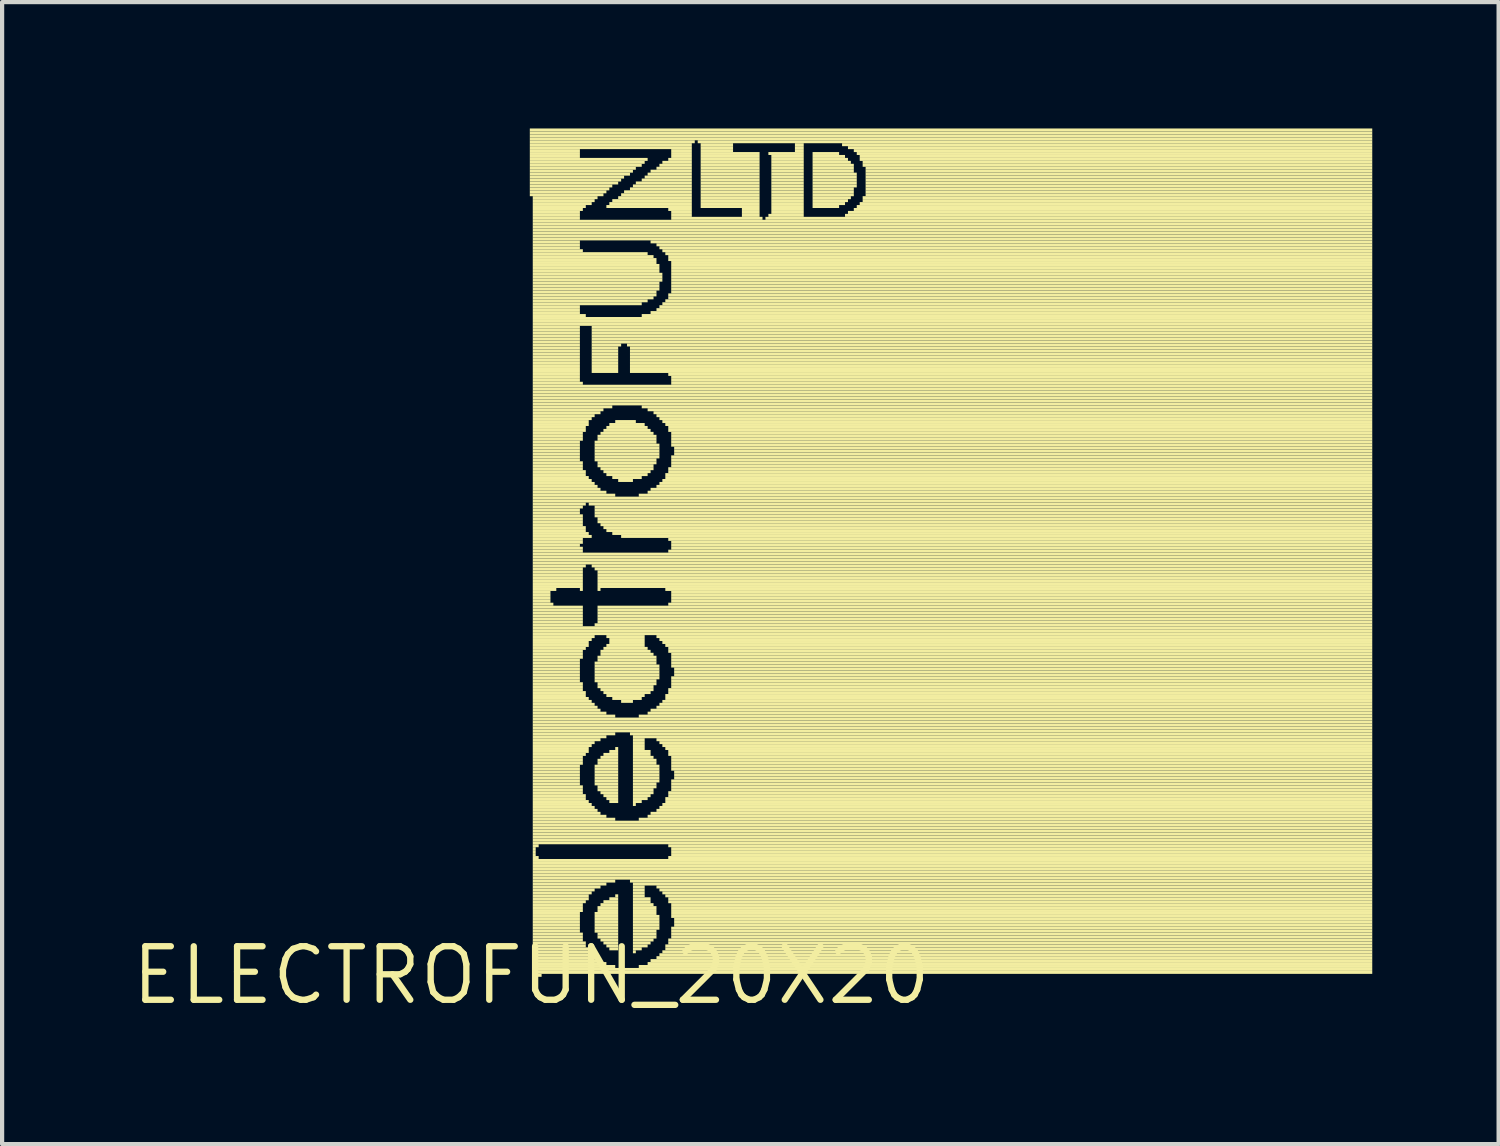
<source format=kicad_pcb>
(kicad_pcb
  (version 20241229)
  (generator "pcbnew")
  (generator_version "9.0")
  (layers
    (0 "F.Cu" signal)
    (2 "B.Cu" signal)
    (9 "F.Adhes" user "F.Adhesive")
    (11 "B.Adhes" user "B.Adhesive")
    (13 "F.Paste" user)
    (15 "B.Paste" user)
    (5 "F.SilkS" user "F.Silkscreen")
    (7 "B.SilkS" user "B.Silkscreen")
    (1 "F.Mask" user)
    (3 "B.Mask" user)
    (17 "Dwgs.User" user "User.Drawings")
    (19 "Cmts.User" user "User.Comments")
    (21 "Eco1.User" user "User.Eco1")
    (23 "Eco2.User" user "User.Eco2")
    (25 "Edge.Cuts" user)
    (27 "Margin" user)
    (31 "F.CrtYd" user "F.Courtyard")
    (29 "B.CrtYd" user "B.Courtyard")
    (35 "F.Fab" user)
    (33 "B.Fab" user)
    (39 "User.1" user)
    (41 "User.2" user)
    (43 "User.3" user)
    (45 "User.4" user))
  (footprint "ELECTROFUN_20X20"
    (layer "F.Cu")
    (at 9.563 20.105)
    (property "Reference" "ELECTROFUN_20X20" (at 0 0 0) (layer "F.SilkS") (effects (font (size 1.27 1.27) (thickness 0.15))))
    (attr through_hole)
    (fp_poly (pts (xy -0.035 -20.035) (xy 19.965 -20.035) (xy 19.965 -20.105) (xy -0.035 -20.105)) (stroke (width 0) (type solid)) (fill yes) (layer "F.SilkS"))
    (fp_poly (pts (xy -0.035 -19.965) (xy 19.965 -19.965) (xy 19.965 -20.035) (xy -0.035 -20.035)) (stroke (width 0) (type solid)) (fill yes) (layer "F.SilkS"))
    (fp_poly (pts (xy -0.035 -19.895) (xy 19.965 -19.895) (xy 19.965 -19.965) (xy -0.035 -19.965)) (stroke (width 0) (type solid)) (fill yes) (layer "F.SilkS"))
    (fp_poly (pts (xy -0.035 -19.825) (xy 19.965 -19.825) (xy 19.965 -19.895) (xy -0.035 -19.895)) (stroke (width 0) (type solid)) (fill yes) (layer "F.SilkS"))
    (fp_poly (pts (xy -0.035 -19.755) (xy 3.881 -19.755) (xy 3.881 -19.825) (xy -0.035 -19.825)) (stroke (width 0) (type solid)) (fill yes) (layer "F.SilkS"))
    (fp_poly (pts (xy -0.035 -19.685) (xy 3.811 -19.685) (xy 3.811 -19.755) (xy -0.035 -19.755)) (stroke (width 0) (type solid)) (fill yes) (layer "F.SilkS"))
    (fp_poly (pts (xy -0.035 -19.615) (xy 3.811 -19.615) (xy 3.811 -19.685) (xy -0.035 -19.685)) (stroke (width 0) (type solid)) (fill yes) (layer "F.SilkS"))
    (fp_poly (pts (xy -0.035 -19.545) (xy 1.154 -19.545) (xy 1.154 -19.615) (xy -0.035 -19.615)) (stroke (width 0) (type solid)) (fill yes) (layer "F.SilkS"))
    (fp_poly (pts (xy -0.035 -19.476) (xy 1.154 -19.476) (xy 1.154 -19.545) (xy -0.035 -19.545)) (stroke (width 0) (type solid)) (fill yes) (layer "F.SilkS"))
    (fp_poly (pts (xy -0.035 -19.406) (xy 1.154 -19.406) (xy 1.154 -19.476) (xy -0.035 -19.476)) (stroke (width 0) (type solid)) (fill yes) (layer "F.SilkS"))
    (fp_poly (pts (xy -0.035 -19.336) (xy 2.762 -19.336) (xy 2.762 -19.406) (xy -0.035 -19.406)) (stroke (width 0) (type solid)) (fill yes) (layer "F.SilkS"))
    (fp_poly (pts (xy -0.035 -19.266) (xy 2.692 -19.266) (xy 2.692 -19.336) (xy -0.035 -19.336)) (stroke (width 0) (type solid)) (fill yes) (layer "F.SilkS"))
    (fp_poly (pts (xy -0.035 -19.196) (xy 2.622 -19.196) (xy 2.622 -19.266) (xy -0.035 -19.266)) (stroke (width 0) (type solid)) (fill yes) (layer "F.SilkS"))
    (fp_poly (pts (xy -0.035 -19.126) (xy 2.482 -19.126) (xy 2.482 -19.196) (xy -0.035 -19.196)) (stroke (width 0) (type solid)) (fill yes) (layer "F.SilkS"))
    (fp_poly (pts (xy -0.035 -19.056) (xy 2.413 -19.056) (xy 2.413 -19.126) (xy -0.035 -19.126)) (stroke (width 0) (type solid)) (fill yes) (layer "F.SilkS"))
    (fp_poly (pts (xy -0.035 -18.986) (xy 2.343 -18.986) (xy 2.343 -19.056) (xy -0.035 -19.056)) (stroke (width 0) (type solid)) (fill yes) (layer "F.SilkS"))
    (fp_poly (pts (xy -0.035 -18.916) (xy 2.203 -18.916) (xy 2.203 -18.986) (xy -0.035 -18.986)) (stroke (width 0) (type solid)) (fill yes) (layer "F.SilkS"))
    (fp_poly (pts (xy -0.035 -18.846) (xy 2.133 -18.846) (xy 2.133 -18.916) (xy -0.035 -18.916)) (stroke (width 0) (type solid)) (fill yes) (layer "F.SilkS"))
    (fp_poly (pts (xy -0.035 -18.776) (xy 2.063 -18.776) (xy 2.063 -18.846) (xy -0.035 -18.846)) (stroke (width 0) (type solid)) (fill yes) (layer "F.SilkS"))
    (fp_poly (pts (xy -0.035 -18.706) (xy 1.923 -18.706) (xy 1.923 -18.776) (xy -0.035 -18.776)) (stroke (width 0) (type solid)) (fill yes) (layer "F.SilkS"))
    (fp_poly (pts (xy -0.035 -18.636) (xy 1.853 -18.636) (xy 1.853 -18.706) (xy -0.035 -18.706)) (stroke (width 0) (type solid)) (fill yes) (layer "F.SilkS"))
    (fp_poly (pts (xy -0.035 -18.566) (xy 1.783 -18.566) (xy 1.783 -18.636) (xy -0.035 -18.636)) (stroke (width 0) (type solid)) (fill yes) (layer "F.SilkS"))
    (fp_poly (pts (xy -0.035 -18.497) (xy 1.713 -18.497) (xy 1.713 -18.566) (xy -0.035 -18.566)) (stroke (width 0) (type solid)) (fill yes) (layer "F.SilkS"))
    (fp_poly (pts (xy 0.035 -18.427) (xy 1.573 -18.427) (xy 1.573 -18.497) (xy 0.035 -18.497)) (stroke (width 0) (type solid)) (fill yes) (layer "F.SilkS"))
    (fp_poly (pts (xy 0.035 -18.357) (xy 1.504 -18.357) (xy 1.504 -18.427) (xy 0.035 -18.427)) (stroke (width 0) (type solid)) (fill yes) (layer "F.SilkS"))
    (fp_poly (pts (xy 0.035 -18.287) (xy 1.434 -18.287) (xy 1.434 -18.357) (xy 0.035 -18.357)) (stroke (width 0) (type solid)) (fill yes) (layer "F.SilkS"))
    (fp_poly (pts (xy 0.035 -18.217) (xy 1.294 -18.217) (xy 1.294 -18.287) (xy 0.035 -18.287)) (stroke (width 0) (type solid)) (fill yes) (layer "F.SilkS"))
    (fp_poly (pts (xy 0.035 -18.147) (xy 1.224 -18.147) (xy 1.224 -18.217) (xy 0.035 -18.217)) (stroke (width 0) (type solid)) (fill yes) (layer "F.SilkS"))
    (fp_poly (pts (xy 0.035 -18.077) (xy 1.154 -18.077) (xy 1.154 -18.147) (xy 0.035 -18.147)) (stroke (width 0) (type solid)) (fill yes) (layer "F.SilkS"))
    (fp_poly (pts (xy 0.035 -18.007) (xy 1.154 -18.007) (xy 1.154 -18.077) (xy 0.035 -18.077)) (stroke (width 0) (type solid)) (fill yes) (layer "F.SilkS"))
    (fp_poly (pts (xy 0.035 -17.937) (xy 1.154 -17.937) (xy 1.154 -18.007) (xy 0.035 -18.007)) (stroke (width 0) (type solid)) (fill yes) (layer "F.SilkS"))
    (fp_poly (pts (xy 0.035 -17.867) (xy 19.965 -17.867) (xy 19.965 -17.937) (xy 0.035 -17.937)) (stroke (width 0) (type solid)) (fill yes) (layer "F.SilkS"))
    (fp_poly (pts (xy 0.035 -17.797) (xy 19.965 -17.797) (xy 19.965 -17.867) (xy 0.035 -17.867)) (stroke (width 0) (type solid)) (fill yes) (layer "F.SilkS"))
    (fp_poly (pts (xy 0.035 -17.727) (xy 19.965 -17.727) (xy 19.965 -17.797) (xy 0.035 -17.797)) (stroke (width 0) (type solid)) (fill yes) (layer "F.SilkS"))
    (fp_poly (pts (xy 0.035 -17.657) (xy 19.965 -17.657) (xy 19.965 -17.727) (xy 0.035 -17.727)) (stroke (width 0) (type solid)) (fill yes) (layer "F.SilkS"))
    (fp_poly (pts (xy 0.035 -17.587) (xy 19.965 -17.587) (xy 19.965 -17.657) (xy 0.035 -17.657)) (stroke (width 0) (type solid)) (fill yes) (layer "F.SilkS"))
    (fp_poly (pts (xy 0.035 -17.517) (xy 19.965 -17.517) (xy 19.965 -17.587) (xy 0.035 -17.587)) (stroke (width 0) (type solid)) (fill yes) (layer "F.SilkS"))
    (fp_poly (pts (xy 0.035 -17.448) (xy 19.965 -17.448) (xy 19.965 -17.517) (xy 0.035 -17.517)) (stroke (width 0) (type solid)) (fill yes) (layer "F.SilkS"))
    (fp_poly (pts (xy 0.035 -17.378) (xy 1.154 -17.378) (xy 1.154 -17.448) (xy 0.035 -17.448)) (stroke (width 0) (type solid)) (fill yes) (layer "F.SilkS"))
    (fp_poly (pts (xy 0.035 -17.308) (xy 1.154 -17.308) (xy 1.154 -17.378) (xy 0.035 -17.378)) (stroke (width 0) (type solid)) (fill yes) (layer "F.SilkS"))
    (fp_poly (pts (xy 0.035 -17.238) (xy 1.154 -17.238) (xy 1.154 -17.308) (xy 0.035 -17.308)) (stroke (width 0) (type solid)) (fill yes) (layer "F.SilkS"))
    (fp_poly (pts (xy 0.035 -17.168) (xy 1.224 -17.168) (xy 1.224 -17.238) (xy 0.035 -17.238)) (stroke (width 0) (type solid)) (fill yes) (layer "F.SilkS"))
    (fp_poly (pts (xy 0.035 -17.098) (xy 2.762 -17.098) (xy 2.762 -17.168) (xy 0.035 -17.168)) (stroke (width 0) (type solid)) (fill yes) (layer "F.SilkS"))
    (fp_poly (pts (xy 0.035 -17.028) (xy 2.902 -17.028) (xy 2.902 -17.098) (xy 0.035 -17.098)) (stroke (width 0) (type solid)) (fill yes) (layer "F.SilkS"))
    (fp_poly (pts (xy 0.035 -16.958) (xy 2.972 -16.958) (xy 2.972 -17.028) (xy 0.035 -17.028)) (stroke (width 0) (type solid)) (fill yes) (layer "F.SilkS"))
    (fp_poly (pts (xy 0.035 -16.888) (xy 2.972 -16.888) (xy 2.972 -16.958) (xy 0.035 -16.958)) (stroke (width 0) (type solid)) (fill yes) (layer "F.SilkS"))
    (fp_poly (pts (xy 0.035 -16.818) (xy 3.042 -16.818) (xy 3.042 -16.888) (xy 0.035 -16.888)) (stroke (width 0) (type solid)) (fill yes) (layer "F.SilkS"))
    (fp_poly (pts (xy 0.035 -16.748) (xy 3.042 -16.748) (xy 3.042 -16.818) (xy 0.035 -16.818)) (stroke (width 0) (type solid)) (fill yes) (layer "F.SilkS"))
    (fp_poly (pts (xy 0.035 -16.678) (xy 3.042 -16.678) (xy 3.042 -16.748) (xy 0.035 -16.748)) (stroke (width 0) (type solid)) (fill yes) (layer "F.SilkS"))
    (fp_poly (pts (xy 0.035 -16.608) (xy 3.112 -16.608) (xy 3.112 -16.678) (xy 0.035 -16.678)) (stroke (width 0) (type solid)) (fill yes) (layer "F.SilkS"))
    (fp_poly (pts (xy 0.035 -16.538) (xy 3.112 -16.538) (xy 3.112 -16.608) (xy 0.035 -16.608)) (stroke (width 0) (type solid)) (fill yes) (layer "F.SilkS"))
    (fp_poly (pts (xy 0.035 -16.469) (xy 3.112 -16.469) (xy 3.112 -16.538) (xy 0.035 -16.538)) (stroke (width 0) (type solid)) (fill yes) (layer "F.SilkS"))
    (fp_poly (pts (xy 0.035 -16.399) (xy 3.042 -16.399) (xy 3.042 -16.469) (xy 0.035 -16.469)) (stroke (width 0) (type solid)) (fill yes) (layer "F.SilkS"))
    (fp_poly (pts (xy 0.035 -16.329) (xy 3.042 -16.329) (xy 3.042 -16.399) (xy 0.035 -16.399)) (stroke (width 0) (type solid)) (fill yes) (layer "F.SilkS"))
    (fp_poly (pts (xy 0.035 -16.259) (xy 3.042 -16.259) (xy 3.042 -16.329) (xy 0.035 -16.329)) (stroke (width 0) (type solid)) (fill yes) (layer "F.SilkS"))
    (fp_poly (pts (xy 0.035 -16.189) (xy 2.972 -16.189) (xy 2.972 -16.259) (xy 0.035 -16.259)) (stroke (width 0) (type solid)) (fill yes) (layer "F.SilkS"))
    (fp_poly (pts (xy 0.035 -16.119) (xy 2.972 -16.119) (xy 2.972 -16.189) (xy 0.035 -16.189)) (stroke (width 0) (type solid)) (fill yes) (layer "F.SilkS"))
    (fp_poly (pts (xy 0.035 -16.049) (xy 2.902 -16.049) (xy 2.902 -16.119) (xy 0.035 -16.119)) (stroke (width 0) (type solid)) (fill yes) (layer "F.SilkS"))
    (fp_poly (pts (xy 0.035 -15.979) (xy 2.762 -15.979) (xy 2.762 -16.049) (xy 0.035 -16.049)) (stroke (width 0) (type solid)) (fill yes) (layer "F.SilkS"))
    (fp_poly (pts (xy 0.035 -15.909) (xy 2.622 -15.909) (xy 2.622 -15.979) (xy 0.035 -15.979)) (stroke (width 0) (type solid)) (fill yes) (layer "F.SilkS"))
    (fp_poly (pts (xy 0.035 -15.839) (xy 1.154 -15.839) (xy 1.154 -15.909) (xy 0.035 -15.909)) (stroke (width 0) (type solid)) (fill yes) (layer "F.SilkS"))
    (fp_poly (pts (xy 0.035 -15.769) (xy 1.154 -15.769) (xy 1.154 -15.839) (xy 0.035 -15.839)) (stroke (width 0) (type solid)) (fill yes) (layer "F.SilkS"))
    (fp_poly (pts (xy 0.035 -15.699) (xy 1.154 -15.699) (xy 1.154 -15.769) (xy 0.035 -15.769)) (stroke (width 0) (type solid)) (fill yes) (layer "F.SilkS"))
    (fp_poly (pts (xy 0.035 -15.629) (xy 1.294 -15.629) (xy 1.294 -15.699) (xy 0.035 -15.699)) (stroke (width 0) (type solid)) (fill yes) (layer "F.SilkS"))
    (fp_poly (pts (xy 0.035 -15.559) (xy 19.965 -15.559) (xy 19.965 -15.629) (xy 0.035 -15.629)) (stroke (width 0) (type solid)) (fill yes) (layer "F.SilkS"))
    (fp_poly (pts (xy 0.035 -15.49) (xy 19.965 -15.49) (xy 19.965 -15.559) (xy 0.035 -15.559)) (stroke (width 0) (type solid)) (fill yes) (layer "F.SilkS"))
    (fp_poly (pts (xy 0.035 -15.42) (xy 19.965 -15.42) (xy 19.965 -15.49) (xy 0.035 -15.49)) (stroke (width 0) (type solid)) (fill yes) (layer "F.SilkS"))
    (fp_poly (pts (xy 0.035 -15.35) (xy 1.154 -15.35) (xy 1.154 -15.42) (xy 0.035 -15.42)) (stroke (width 0) (type solid)) (fill yes) (layer "F.SilkS"))
    (fp_poly (pts (xy 0.035 -15.28) (xy 1.154 -15.28) (xy 1.154 -15.35) (xy 0.035 -15.35)) (stroke (width 0) (type solid)) (fill yes) (layer "F.SilkS"))
    (fp_poly (pts (xy 0.035 -15.21) (xy 1.154 -15.21) (xy 1.154 -15.28) (xy 0.035 -15.28)) (stroke (width 0) (type solid)) (fill yes) (layer "F.SilkS"))
    (fp_poly (pts (xy 0.035 -15.14) (xy 1.154 -15.14) (xy 1.154 -15.21) (xy 0.035 -15.21)) (stroke (width 0) (type solid)) (fill yes) (layer "F.SilkS"))
    (fp_poly (pts (xy 0.035 -15.07) (xy 1.154 -15.07) (xy 1.154 -15.14) (xy 0.035 -15.14)) (stroke (width 0) (type solid)) (fill yes) (layer "F.SilkS"))
    (fp_poly (pts (xy 0.035 -15) (xy 1.154 -15) (xy 1.154 -15.07) (xy 0.035 -15.07)) (stroke (width 0) (type solid)) (fill yes) (layer "F.SilkS"))
    (fp_poly (pts (xy 0.035 -14.93) (xy 1.154 -14.93) (xy 1.154 -15) (xy 0.035 -15)) (stroke (width 0) (type solid)) (fill yes) (layer "F.SilkS"))
    (fp_poly (pts (xy 0.035 -14.86) (xy 1.154 -14.86) (xy 1.154 -14.93) (xy 0.035 -14.93)) (stroke (width 0) (type solid)) (fill yes) (layer "F.SilkS"))
    (fp_poly (pts (xy 0.035 -14.79) (xy 1.154 -14.79) (xy 1.154 -14.86) (xy 0.035 -14.86)) (stroke (width 0) (type solid)) (fill yes) (layer "F.SilkS"))
    (fp_poly (pts (xy 0.035 -14.72) (xy 1.154 -14.72) (xy 1.154 -14.79) (xy 0.035 -14.79)) (stroke (width 0) (type solid)) (fill yes) (layer "F.SilkS"))
    (fp_poly (pts (xy 0.035 -14.65) (xy 1.154 -14.65) (xy 1.154 -14.72) (xy 0.035 -14.72)) (stroke (width 0) (type solid)) (fill yes) (layer "F.SilkS"))
    (fp_poly (pts (xy 0.035 -14.58) (xy 1.154 -14.58) (xy 1.154 -14.65) (xy 0.035 -14.65)) (stroke (width 0) (type solid)) (fill yes) (layer "F.SilkS"))
    (fp_poly (pts (xy 0.035 -14.51) (xy 1.154 -14.51) (xy 1.154 -14.58) (xy 0.035 -14.58)) (stroke (width 0) (type solid)) (fill yes) (layer "F.SilkS"))
    (fp_poly (pts (xy 0.035 -14.441) (xy 1.154 -14.441) (xy 1.154 -14.51) (xy 0.035 -14.51)) (stroke (width 0) (type solid)) (fill yes) (layer "F.SilkS"))
    (fp_poly (pts (xy 0.035 -14.371) (xy 1.154 -14.371) (xy 1.154 -14.441) (xy 0.035 -14.441)) (stroke (width 0) (type solid)) (fill yes) (layer "F.SilkS"))
    (fp_poly (pts (xy 0.035 -14.301) (xy 1.154 -14.301) (xy 1.154 -14.371) (xy 0.035 -14.371)) (stroke (width 0) (type solid)) (fill yes) (layer "F.SilkS"))
    (fp_poly (pts (xy 0.035 -14.231) (xy 1.154 -14.231) (xy 1.154 -14.301) (xy 0.035 -14.301)) (stroke (width 0) (type solid)) (fill yes) (layer "F.SilkS"))
    (fp_poly (pts (xy 0.035 -14.161) (xy 1.154 -14.161) (xy 1.154 -14.231) (xy 0.035 -14.231)) (stroke (width 0) (type solid)) (fill yes) (layer "F.SilkS"))
    (fp_poly (pts (xy 0.035 -14.091) (xy 1.154 -14.091) (xy 1.154 -14.161) (xy 0.035 -14.161)) (stroke (width 0) (type solid)) (fill yes) (layer "F.SilkS"))
    (fp_poly (pts (xy 0.035 -14.021) (xy 1.224 -14.021) (xy 1.224 -14.091) (xy 0.035 -14.091)) (stroke (width 0) (type solid)) (fill yes) (layer "F.SilkS"))
    (fp_poly (pts (xy 0.035 -13.951) (xy 19.965 -13.951) (xy 19.965 -14.021) (xy 0.035 -14.021)) (stroke (width 0) (type solid)) (fill yes) (layer "F.SilkS"))
    (fp_poly (pts (xy 0.035 -13.881) (xy 19.965 -13.881) (xy 19.965 -13.951) (xy 0.035 -13.951)) (stroke (width 0) (type solid)) (fill yes) (layer "F.SilkS"))
    (fp_poly (pts (xy 0.035 -13.811) (xy 19.965 -13.811) (xy 19.965 -13.881) (xy 0.035 -13.881)) (stroke (width 0) (type solid)) (fill yes) (layer "F.SilkS"))
    (fp_poly (pts (xy 0.035 -13.741) (xy 19.965 -13.741) (xy 19.965 -13.811) (xy 0.035 -13.811)) (stroke (width 0) (type solid)) (fill yes) (layer "F.SilkS"))
    (fp_poly (pts (xy 0.035 -13.671) (xy 19.965 -13.671) (xy 19.965 -13.741) (xy 0.035 -13.741)) (stroke (width 0) (type solid)) (fill yes) (layer "F.SilkS"))
    (fp_poly (pts (xy 0.035 -13.601) (xy 19.965 -13.601) (xy 19.965 -13.671) (xy 0.035 -13.671)) (stroke (width 0) (type solid)) (fill yes) (layer "F.SilkS"))
    (fp_poly (pts (xy 0.035 -13.531) (xy 19.965 -13.531) (xy 19.965 -13.601) (xy 0.035 -13.601)) (stroke (width 0) (type solid)) (fill yes) (layer "F.SilkS"))
    (fp_poly (pts (xy 0.035 -13.462) (xy 1.923 -13.462) (xy 1.923 -13.531) (xy 0.035 -13.531)) (stroke (width 0) (type solid)) (fill yes) (layer "F.SilkS"))
    (fp_poly (pts (xy 0.035 -13.392) (xy 1.713 -13.392) (xy 1.713 -13.462) (xy 0.035 -13.462)) (stroke (width 0) (type solid)) (fill yes) (layer "F.SilkS"))
    (fp_poly (pts (xy 0.035 -13.322) (xy 1.643 -13.322) (xy 1.643 -13.392) (xy 0.035 -13.392)) (stroke (width 0) (type solid)) (fill yes) (layer "F.SilkS"))
    (fp_poly (pts (xy 0.035 -13.252) (xy 1.504 -13.252) (xy 1.504 -13.322) (xy 0.035 -13.322)) (stroke (width 0) (type solid)) (fill yes) (layer "F.SilkS"))
    (fp_poly (pts (xy 0.035 -13.182) (xy 1.434 -13.182) (xy 1.434 -13.252) (xy 0.035 -13.252)) (stroke (width 0) (type solid)) (fill yes) (layer "F.SilkS"))
    (fp_poly (pts (xy 0.035 -13.112) (xy 1.364 -13.112) (xy 1.364 -13.182) (xy 0.035 -13.182)) (stroke (width 0) (type solid)) (fill yes) (layer "F.SilkS"))
    (fp_poly (pts (xy 0.035 -13.042) (xy 1.364 -13.042) (xy 1.364 -13.112) (xy 0.035 -13.112)) (stroke (width 0) (type solid)) (fill yes) (layer "F.SilkS"))
    (fp_poly (pts (xy 0.035 -12.972) (xy 1.294 -12.972) (xy 1.294 -13.042) (xy 0.035 -13.042)) (stroke (width 0) (type solid)) (fill yes) (layer "F.SilkS"))
    (fp_poly (pts (xy 0.035 -12.902) (xy 1.294 -12.902) (xy 1.294 -12.972) (xy 0.035 -12.972)) (stroke (width 0) (type solid)) (fill yes) (layer "F.SilkS"))
    (fp_poly (pts (xy 0.035 -12.832) (xy 1.224 -12.832) (xy 1.224 -12.902) (xy 0.035 -12.902)) (stroke (width 0) (type solid)) (fill yes) (layer "F.SilkS"))
    (fp_poly (pts (xy 0.035 -12.762) (xy 1.224 -12.762) (xy 1.224 -12.832) (xy 0.035 -12.832)) (stroke (width 0) (type solid)) (fill yes) (layer "F.SilkS"))
    (fp_poly (pts (xy 0.035 -12.692) (xy 1.224 -12.692) (xy 1.224 -12.762) (xy 0.035 -12.762)) (stroke (width 0) (type solid)) (fill yes) (layer "F.SilkS"))
    (fp_poly (pts (xy 0.035 -12.622) (xy 1.154 -12.622) (xy 1.154 -12.692) (xy 0.035 -12.692)) (stroke (width 0) (type solid)) (fill yes) (layer "F.SilkS"))
    (fp_poly (pts (xy 0.035 -12.552) (xy 1.154 -12.552) (xy 1.154 -12.622) (xy 0.035 -12.622)) (stroke (width 0) (type solid)) (fill yes) (layer "F.SilkS"))
    (fp_poly (pts (xy 0.035 -12.483) (xy 1.154 -12.483) (xy 1.154 -12.552) (xy 0.035 -12.552)) (stroke (width 0) (type solid)) (fill yes) (layer "F.SilkS"))
    (fp_poly (pts (xy 0.035 -12.413) (xy 1.154 -12.413) (xy 1.154 -12.483) (xy 0.035 -12.483)) (stroke (width 0) (type solid)) (fill yes) (layer "F.SilkS"))
    (fp_poly (pts (xy 0.035 -12.343) (xy 1.154 -12.343) (xy 1.154 -12.413) (xy 0.035 -12.413)) (stroke (width 0) (type solid)) (fill yes) (layer "F.SilkS"))
    (fp_poly (pts (xy 0.035 -12.273) (xy 1.154 -12.273) (xy 1.154 -12.343) (xy 0.035 -12.343)) (stroke (width 0) (type solid)) (fill yes) (layer "F.SilkS"))
    (fp_poly (pts (xy 0.035 -12.203) (xy 1.154 -12.203) (xy 1.154 -12.273) (xy 0.035 -12.273)) (stroke (width 0) (type solid)) (fill yes) (layer "F.SilkS"))
    (fp_poly (pts (xy 0.035 -12.133) (xy 1.224 -12.133) (xy 1.224 -12.203) (xy 0.035 -12.203)) (stroke (width 0) (type solid)) (fill yes) (layer "F.SilkS"))
    (fp_poly (pts (xy 0.035 -12.063) (xy 1.224 -12.063) (xy 1.224 -12.133) (xy 0.035 -12.133)) (stroke (width 0) (type solid)) (fill yes) (layer "F.SilkS"))
    (fp_poly (pts (xy 0.035 -11.993) (xy 1.224 -11.993) (xy 1.224 -12.063) (xy 0.035 -12.063)) (stroke (width 0) (type solid)) (fill yes) (layer "F.SilkS"))
    (fp_poly (pts (xy 0.035 -11.923) (xy 1.294 -11.923) (xy 1.294 -11.993) (xy 0.035 -11.993)) (stroke (width 0) (type solid)) (fill yes) (layer "F.SilkS"))
    (fp_poly (pts (xy 0.035 -11.853) (xy 1.294 -11.853) (xy 1.294 -11.923) (xy 0.035 -11.923)) (stroke (width 0) (type solid)) (fill yes) (layer "F.SilkS"))
    (fp_poly (pts (xy 0.035 -11.783) (xy 1.364 -11.783) (xy 1.364 -11.853) (xy 0.035 -11.853)) (stroke (width 0) (type solid)) (fill yes) (layer "F.SilkS"))
    (fp_poly (pts (xy 0.035 -11.713) (xy 1.434 -11.713) (xy 1.434 -11.783) (xy 0.035 -11.783)) (stroke (width 0) (type solid)) (fill yes) (layer "F.SilkS"))
    (fp_poly (pts (xy 0.035 -11.643) (xy 1.504 -11.643) (xy 1.504 -11.713) (xy 0.035 -11.713)) (stroke (width 0) (type solid)) (fill yes) (layer "F.SilkS"))
    (fp_poly (pts (xy 0.035 -11.573) (xy 1.573 -11.573) (xy 1.573 -11.643) (xy 0.035 -11.643)) (stroke (width 0) (type solid)) (fill yes) (layer "F.SilkS"))
    (fp_poly (pts (xy 0.035 -11.504) (xy 1.643 -11.504) (xy 1.643 -11.573) (xy 0.035 -11.573)) (stroke (width 0) (type solid)) (fill yes) (layer "F.SilkS"))
    (fp_poly (pts (xy 0.035 -11.434) (xy 1.783 -11.434) (xy 1.783 -11.504) (xy 0.035 -11.504)) (stroke (width 0) (type solid)) (fill yes) (layer "F.SilkS"))
    (fp_poly (pts (xy 0.035 -11.364) (xy 1.993 -11.364) (xy 1.993 -11.434) (xy 0.035 -11.434)) (stroke (width 0) (type solid)) (fill yes) (layer "F.SilkS"))
    (fp_poly (pts (xy 0.035 -11.294) (xy 19.965 -11.294) (xy 19.965 -11.364) (xy 0.035 -11.364)) (stroke (width 0) (type solid)) (fill yes) (layer "F.SilkS"))
    (fp_poly (pts (xy 0.035 -11.224) (xy 19.965 -11.224) (xy 19.965 -11.294) (xy 0.035 -11.294)) (stroke (width 0) (type solid)) (fill yes) (layer "F.SilkS"))
    (fp_poly (pts (xy 0.035 -11.154) (xy 1.294 -11.154) (xy 1.294 -11.224) (xy 0.035 -11.224)) (stroke (width 0) (type solid)) (fill yes) (layer "F.SilkS"))
    (fp_poly (pts (xy 0.035 -11.084) (xy 1.224 -11.084) (xy 1.224 -11.154) (xy 0.035 -11.154)) (stroke (width 0) (type solid)) (fill yes) (layer "F.SilkS"))
    (fp_poly (pts (xy 0.035 -11.014) (xy 1.154 -11.014) (xy 1.154 -11.084) (xy 0.035 -11.084)) (stroke (width 0) (type solid)) (fill yes) (layer "F.SilkS"))
    (fp_poly (pts (xy 0.035 -10.944) (xy 1.154 -10.944) (xy 1.154 -11.014) (xy 0.035 -11.014)) (stroke (width 0) (type solid)) (fill yes) (layer "F.SilkS"))
    (fp_poly (pts (xy 0.035 -10.874) (xy 1.224 -10.874) (xy 1.224 -10.944) (xy 0.035 -10.944)) (stroke (width 0) (type solid)) (fill yes) (layer "F.SilkS"))
    (fp_poly (pts (xy 0.035 -10.804) (xy 1.224 -10.804) (xy 1.224 -10.874) (xy 0.035 -10.874)) (stroke (width 0) (type solid)) (fill yes) (layer "F.SilkS"))
    (fp_poly (pts (xy 0.035 -10.734) (xy 1.224 -10.734) (xy 1.224 -10.804) (xy 0.035 -10.804)) (stroke (width 0) (type solid)) (fill yes) (layer "F.SilkS"))
    (fp_poly (pts (xy 0.035 -10.664) (xy 1.224 -10.664) (xy 1.224 -10.734) (xy 0.035 -10.734)) (stroke (width 0) (type solid)) (fill yes) (layer "F.SilkS"))
    (fp_poly (pts (xy 0.035 -10.594) (xy 1.294 -10.594) (xy 1.294 -10.664) (xy 0.035 -10.664)) (stroke (width 0) (type solid)) (fill yes) (layer "F.SilkS"))
    (fp_poly (pts (xy 0.035 -10.524) (xy 1.294 -10.524) (xy 1.294 -10.594) (xy 0.035 -10.594)) (stroke (width 0) (type solid)) (fill yes) (layer "F.SilkS"))
    (fp_poly (pts (xy 0.035 -10.455) (xy 1.364 -10.455) (xy 1.364 -10.524) (xy 0.035 -10.524)) (stroke (width 0) (type solid)) (fill yes) (layer "F.SilkS"))
    (fp_poly (pts (xy 0.035 -10.385) (xy 1.434 -10.385) (xy 1.434 -10.455) (xy 0.035 -10.455)) (stroke (width 0) (type solid)) (fill yes) (layer "F.SilkS"))
    (fp_poly (pts (xy 0.035 -10.315) (xy 1.224 -10.315) (xy 1.224 -10.385) (xy 0.035 -10.385)) (stroke (width 0) (type solid)) (fill yes) (layer "F.SilkS"))
    (fp_poly (pts (xy 0.035 -10.245) (xy 1.224 -10.245) (xy 1.224 -10.315) (xy 0.035 -10.315)) (stroke (width 0) (type solid)) (fill yes) (layer "F.SilkS"))
    (fp_poly (pts (xy 0.035 -10.175) (xy 1.154 -10.175) (xy 1.154 -10.245) (xy 0.035 -10.245)) (stroke (width 0) (type solid)) (fill yes) (layer "F.SilkS"))
    (fp_poly (pts (xy 0.035 -10.105) (xy 1.224 -10.105) (xy 1.224 -10.175) (xy 0.035 -10.175)) (stroke (width 0) (type solid)) (fill yes) (layer "F.SilkS"))
    (fp_poly (pts (xy 0.035 -10.035) (xy 1.224 -10.035) (xy 1.224 -10.105) (xy 0.035 -10.105)) (stroke (width 0) (type solid)) (fill yes) (layer "F.SilkS"))
    (fp_poly (pts (xy 0.035 -9.965) (xy 19.965 -9.965) (xy 19.965 -10.035) (xy 0.035 -10.035)) (stroke (width 0) (type solid)) (fill yes) (layer "F.SilkS"))
    (fp_poly (pts (xy 0.035 -9.895) (xy 19.965 -9.895) (xy 19.965 -9.965) (xy 0.035 -9.965)) (stroke (width 0) (type solid)) (fill yes) (layer "F.SilkS"))
    (fp_poly (pts (xy 0.035 -9.825) (xy 19.965 -9.825) (xy 19.965 -9.895) (xy 0.035 -9.895)) (stroke (width 0) (type solid)) (fill yes) (layer "F.SilkS"))
    (fp_poly (pts (xy 0.035 -9.755) (xy 19.965 -9.755) (xy 19.965 -9.825) (xy 0.035 -9.825)) (stroke (width 0) (type solid)) (fill yes) (layer "F.SilkS"))
    (fp_poly (pts (xy 0.035 -9.685) (xy 1.294 -9.685) (xy 1.294 -9.755) (xy 0.035 -9.755)) (stroke (width 0) (type solid)) (fill yes) (layer "F.SilkS"))
    (fp_poly (pts (xy 0.035 -9.615) (xy 1.224 -9.615) (xy 1.224 -9.685) (xy 0.035 -9.685)) (stroke (width 0) (type solid)) (fill yes) (layer "F.SilkS"))
    (fp_poly (pts (xy 0.035 -9.545) (xy 1.224 -9.545) (xy 1.224 -9.615) (xy 0.035 -9.615)) (stroke (width 0) (type solid)) (fill yes) (layer "F.SilkS"))
    (fp_poly (pts (xy 0.035 -9.476) (xy 1.224 -9.476) (xy 1.224 -9.545) (xy 0.035 -9.545)) (stroke (width 0) (type solid)) (fill yes) (layer "F.SilkS"))
    (fp_poly (pts (xy 0.035 -9.406) (xy 1.224 -9.406) (xy 1.224 -9.476) (xy 0.035 -9.476)) (stroke (width 0) (type solid)) (fill yes) (layer "F.SilkS"))
    (fp_poly (pts (xy 0.035 -9.336) (xy 1.224 -9.336) (xy 1.224 -9.406) (xy 0.035 -9.406)) (stroke (width 0) (type solid)) (fill yes) (layer "F.SilkS"))
    (fp_poly (pts (xy 0.035 -9.266) (xy 1.224 -9.266) (xy 1.224 -9.336) (xy 0.035 -9.336)) (stroke (width 0) (type solid)) (fill yes) (layer "F.SilkS"))
    (fp_poly (pts (xy 0.035 -9.196) (xy 1.224 -9.196) (xy 1.224 -9.266) (xy 0.035 -9.266)) (stroke (width 0) (type solid)) (fill yes) (layer "F.SilkS"))
    (fp_poly (pts (xy 0.035 -9.126) (xy 0.594 -9.126) (xy 0.594 -9.196) (xy 0.035 -9.196)) (stroke (width 0) (type solid)) (fill yes) (layer "F.SilkS"))
    (fp_poly (pts (xy 0.035 -9.056) (xy 0.455 -9.056) (xy 0.455 -9.126) (xy 0.035 -9.126)) (stroke (width 0) (type solid)) (fill yes) (layer "F.SilkS"))
    (fp_poly (pts (xy 0.035 -8.986) (xy 0.455 -8.986) (xy 0.455 -9.056) (xy 0.035 -9.056)) (stroke (width 0) (type solid)) (fill yes) (layer "F.SilkS"))
    (fp_poly (pts (xy 0.035 -8.916) (xy 0.455 -8.916) (xy 0.455 -8.986) (xy 0.035 -8.986)) (stroke (width 0) (type solid)) (fill yes) (layer "F.SilkS"))
    (fp_poly (pts (xy 0.035 -8.846) (xy 0.455 -8.846) (xy 0.455 -8.916) (xy 0.035 -8.916)) (stroke (width 0) (type solid)) (fill yes) (layer "F.SilkS"))
    (fp_poly (pts (xy 0.035 -8.776) (xy 0.524 -8.776) (xy 0.524 -8.846) (xy 0.035 -8.846)) (stroke (width 0) (type solid)) (fill yes) (layer "F.SilkS"))
    (fp_poly (pts (xy 0.035 -8.706) (xy 1.224 -8.706) (xy 1.224 -8.776) (xy 0.035 -8.776)) (stroke (width 0) (type solid)) (fill yes) (layer "F.SilkS"))
    (fp_poly (pts (xy 0.035 -8.636) (xy 1.224 -8.636) (xy 1.224 -8.706) (xy 0.035 -8.706)) (stroke (width 0) (type solid)) (fill yes) (layer "F.SilkS"))
    (fp_poly (pts (xy 0.035 -8.566) (xy 1.224 -8.566) (xy 1.224 -8.636) (xy 0.035 -8.636)) (stroke (width 0) (type solid)) (fill yes) (layer "F.SilkS"))
    (fp_poly (pts (xy 0.035 -8.496) (xy 1.224 -8.496) (xy 1.224 -8.566) (xy 0.035 -8.566)) (stroke (width 0) (type solid)) (fill yes) (layer "F.SilkS"))
    (fp_poly (pts (xy 0.035 -8.427) (xy 1.224 -8.427) (xy 1.224 -8.496) (xy 0.035 -8.496)) (stroke (width 0) (type solid)) (fill yes) (layer "F.SilkS"))
    (fp_poly (pts (xy 0.035 -8.357) (xy 1.224 -8.357) (xy 1.224 -8.427) (xy 0.035 -8.427)) (stroke (width 0) (type solid)) (fill yes) (layer "F.SilkS"))
    (fp_poly (pts (xy 0.035 -8.287) (xy 1.224 -8.287) (xy 1.224 -8.357) (xy 0.035 -8.357)) (stroke (width 0) (type solid)) (fill yes) (layer "F.SilkS"))
    (fp_poly (pts (xy 0.035 -8.217) (xy 19.965 -8.217) (xy 19.965 -8.287) (xy 0.035 -8.287)) (stroke (width 0) (type solid)) (fill yes) (layer "F.SilkS"))
    (fp_poly (pts (xy 0.035 -8.147) (xy 19.965 -8.147) (xy 19.965 -8.217) (xy 0.035 -8.217)) (stroke (width 0) (type solid)) (fill yes) (layer "F.SilkS"))
    (fp_poly (pts (xy 0.035 -8.077) (xy 19.965 -8.077) (xy 19.965 -8.147) (xy 0.035 -8.147)) (stroke (width 0) (type solid)) (fill yes) (layer "F.SilkS"))
    (fp_poly (pts (xy 0.035 -8.007) (xy 1.504 -8.007) (xy 1.504 -8.077) (xy 0.035 -8.077)) (stroke (width 0) (type solid)) (fill yes) (layer "F.SilkS"))
    (fp_poly (pts (xy 0.035 -7.937) (xy 1.434 -7.937) (xy 1.434 -8.007) (xy 0.035 -8.007)) (stroke (width 0) (type solid)) (fill yes) (layer "F.SilkS"))
    (fp_poly (pts (xy 0.035 -7.867) (xy 1.364 -7.867) (xy 1.364 -7.937) (xy 0.035 -7.937)) (stroke (width 0) (type solid)) (fill yes) (layer "F.SilkS"))
    (fp_poly (pts (xy 0.035 -7.797) (xy 1.364 -7.797) (xy 1.364 -7.867) (xy 0.035 -7.867)) (stroke (width 0) (type solid)) (fill yes) (layer "F.SilkS"))
    (fp_poly (pts (xy 0.035 -7.727) (xy 1.294 -7.727) (xy 1.294 -7.797) (xy 0.035 -7.797)) (stroke (width 0) (type solid)) (fill yes) (layer "F.SilkS"))
    (fp_poly (pts (xy 0.035 -7.657) (xy 1.224 -7.657) (xy 1.224 -7.727) (xy 0.035 -7.727)) (stroke (width 0) (type solid)) (fill yes) (layer "F.SilkS"))
    (fp_poly (pts (xy 0.035 -7.587) (xy 1.224 -7.587) (xy 1.224 -7.657) (xy 0.035 -7.657)) (stroke (width 0) (type solid)) (fill yes) (layer "F.SilkS"))
    (fp_poly (pts (xy 0.035 -7.517) (xy 1.224 -7.517) (xy 1.224 -7.587) (xy 0.035 -7.587)) (stroke (width 0) (type solid)) (fill yes) (layer "F.SilkS"))
    (fp_poly (pts (xy 0.035 -7.448) (xy 1.154 -7.448) (xy 1.154 -7.517) (xy 0.035 -7.517)) (stroke (width 0) (type solid)) (fill yes) (layer "F.SilkS"))
    (fp_poly (pts (xy 0.035 -7.378) (xy 1.154 -7.378) (xy 1.154 -7.448) (xy 0.035 -7.448)) (stroke (width 0) (type solid)) (fill yes) (layer "F.SilkS"))
    (fp_poly (pts (xy 0.035 -7.308) (xy 1.154 -7.308) (xy 1.154 -7.378) (xy 0.035 -7.378)) (stroke (width 0) (type solid)) (fill yes) (layer "F.SilkS"))
    (fp_poly (pts (xy 0.035 -7.238) (xy 1.154 -7.238) (xy 1.154 -7.308) (xy 0.035 -7.308)) (stroke (width 0) (type solid)) (fill yes) (layer "F.SilkS"))
    (fp_poly (pts (xy 0.035 -7.168) (xy 1.154 -7.168) (xy 1.154 -7.238) (xy 0.035 -7.238)) (stroke (width 0) (type solid)) (fill yes) (layer "F.SilkS"))
    (fp_poly (pts (xy 0.035 -7.098) (xy 1.154 -7.098) (xy 1.154 -7.168) (xy 0.035 -7.168)) (stroke (width 0) (type solid)) (fill yes) (layer "F.SilkS"))
    (fp_poly (pts (xy 0.035 -7.028) (xy 1.154 -7.028) (xy 1.154 -7.098) (xy 0.035 -7.098)) (stroke (width 0) (type solid)) (fill yes) (layer "F.SilkS"))
    (fp_poly (pts (xy 0.035 -6.958) (xy 1.154 -6.958) (xy 1.154 -7.028) (xy 0.035 -7.028)) (stroke (width 0) (type solid)) (fill yes) (layer "F.SilkS"))
    (fp_poly (pts (xy 0.035 -6.888) (xy 1.224 -6.888) (xy 1.224 -6.958) (xy 0.035 -6.958)) (stroke (width 0) (type solid)) (fill yes) (layer "F.SilkS"))
    (fp_poly (pts (xy 0.035 -6.818) (xy 1.224 -6.818) (xy 1.224 -6.888) (xy 0.035 -6.888)) (stroke (width 0) (type solid)) (fill yes) (layer "F.SilkS"))
    (fp_poly (pts (xy 0.035 -6.748) (xy 1.224 -6.748) (xy 1.224 -6.818) (xy 0.035 -6.818)) (stroke (width 0) (type solid)) (fill yes) (layer "F.SilkS"))
    (fp_poly (pts (xy 0.035 -6.678) (xy 1.294 -6.678) (xy 1.294 -6.748) (xy 0.035 -6.748)) (stroke (width 0) (type solid)) (fill yes) (layer "F.SilkS"))
    (fp_poly (pts (xy 0.035 -6.608) (xy 1.294 -6.608) (xy 1.294 -6.678) (xy 0.035 -6.678)) (stroke (width 0) (type solid)) (fill yes) (layer "F.SilkS"))
    (fp_poly (pts (xy 0.035 -6.538) (xy 1.364 -6.538) (xy 1.364 -6.608) (xy 0.035 -6.608)) (stroke (width 0) (type solid)) (fill yes) (layer "F.SilkS"))
    (fp_poly (pts (xy 0.035 -6.469) (xy 1.434 -6.469) (xy 1.434 -6.538) (xy 0.035 -6.538)) (stroke (width 0) (type solid)) (fill yes) (layer "F.SilkS"))
    (fp_poly (pts (xy 0.035 -6.399) (xy 1.504 -6.399) (xy 1.504 -6.469) (xy 0.035 -6.469)) (stroke (width 0) (type solid)) (fill yes) (layer "F.SilkS"))
    (fp_poly (pts (xy 0.035 -6.329) (xy 1.573 -6.329) (xy 1.573 -6.399) (xy 0.035 -6.399)) (stroke (width 0) (type solid)) (fill yes) (layer "F.SilkS"))
    (fp_poly (pts (xy 0.035 -6.259) (xy 1.643 -6.259) (xy 1.643 -6.329) (xy 0.035 -6.329)) (stroke (width 0) (type solid)) (fill yes) (layer "F.SilkS"))
    (fp_poly (pts (xy 0.035 -6.189) (xy 1.783 -6.189) (xy 1.783 -6.259) (xy 0.035 -6.259)) (stroke (width 0) (type solid)) (fill yes) (layer "F.SilkS"))
    (fp_poly (pts (xy 0.035 -6.119) (xy 1.993 -6.119) (xy 1.993 -6.189) (xy 0.035 -6.189)) (stroke (width 0) (type solid)) (fill yes) (layer "F.SilkS"))
    (fp_poly (pts (xy 0.035 -6.049) (xy 19.965 -6.049) (xy 19.965 -6.119) (xy 0.035 -6.119)) (stroke (width 0) (type solid)) (fill yes) (layer "F.SilkS"))
    (fp_poly (pts (xy 0.035 -5.979) (xy 19.965 -5.979) (xy 19.965 -6.049) (xy 0.035 -6.049)) (stroke (width 0) (type solid)) (fill yes) (layer "F.SilkS"))
    (fp_poly (pts (xy 0.035 -5.909) (xy 19.965 -5.909) (xy 19.965 -5.979) (xy 0.035 -5.979)) (stroke (width 0) (type solid)) (fill yes) (layer "F.SilkS"))
    (fp_poly (pts (xy 0.035 -5.839) (xy 19.965 -5.839) (xy 19.965 -5.909) (xy 0.035 -5.909)) (stroke (width 0) (type solid)) (fill yes) (layer "F.SilkS"))
    (fp_poly (pts (xy 0.035 -5.769) (xy 19.965 -5.769) (xy 19.965 -5.839) (xy 0.035 -5.839)) (stroke (width 0) (type solid)) (fill yes) (layer "F.SilkS"))
    (fp_poly (pts (xy 0.035 -5.699) (xy 1.993 -5.699) (xy 1.993 -5.769) (xy 0.035 -5.769)) (stroke (width 0) (type solid)) (fill yes) (layer "F.SilkS"))
    (fp_poly (pts (xy 0.035 -5.629) (xy 1.783 -5.629) (xy 1.783 -5.699) (xy 0.035 -5.699)) (stroke (width 0) (type solid)) (fill yes) (layer "F.SilkS"))
    (fp_poly (pts (xy 0.035 -5.559) (xy 1.643 -5.559) (xy 1.643 -5.629) (xy 0.035 -5.629)) (stroke (width 0) (type solid)) (fill yes) (layer "F.SilkS"))
    (fp_poly (pts (xy 0.035 -5.49) (xy 1.504 -5.49) (xy 1.504 -5.559) (xy 0.035 -5.559)) (stroke (width 0) (type solid)) (fill yes) (layer "F.SilkS"))
    (fp_poly (pts (xy 0.035 -5.42) (xy 1.434 -5.42) (xy 1.434 -5.49) (xy 0.035 -5.49)) (stroke (width 0) (type solid)) (fill yes) (layer "F.SilkS"))
    (fp_poly (pts (xy 0.035 -5.35) (xy 1.364 -5.35) (xy 1.364 -5.42) (xy 0.035 -5.42)) (stroke (width 0) (type solid)) (fill yes) (layer "F.SilkS"))
    (fp_poly (pts (xy 0.035 -5.28) (xy 1.364 -5.28) (xy 1.364 -5.35) (xy 0.035 -5.35)) (stroke (width 0) (type solid)) (fill yes) (layer "F.SilkS"))
    (fp_poly (pts (xy 0.035 -5.21) (xy 1.294 -5.21) (xy 1.294 -5.28) (xy 0.035 -5.28)) (stroke (width 0) (type solid)) (fill yes) (layer "F.SilkS"))
    (fp_poly (pts (xy 0.035 -5.14) (xy 1.224 -5.14) (xy 1.224 -5.21) (xy 0.035 -5.21)) (stroke (width 0) (type solid)) (fill yes) (layer "F.SilkS"))
    (fp_poly (pts (xy 0.035 -5.07) (xy 1.224 -5.07) (xy 1.224 -5.14) (xy 0.035 -5.14)) (stroke (width 0) (type solid)) (fill yes) (layer "F.SilkS"))
    (fp_poly (pts (xy 0.035 -5) (xy 1.224 -5) (xy 1.224 -5.07) (xy 0.035 -5.07)) (stroke (width 0) (type solid)) (fill yes) (layer "F.SilkS"))
    (fp_poly (pts (xy 0.035 -4.93) (xy 1.154 -4.93) (xy 1.154 -5) (xy 0.035 -5)) (stroke (width 0) (type solid)) (fill yes) (layer "F.SilkS"))
    (fp_poly (pts (xy 0.035 -4.86) (xy 1.154 -4.86) (xy 1.154 -4.93) (xy 0.035 -4.93)) (stroke (width 0) (type solid)) (fill yes) (layer "F.SilkS"))
    (fp_poly (pts (xy 0.035 -4.79) (xy 1.154 -4.79) (xy 1.154 -4.86) (xy 0.035 -4.86)) (stroke (width 0) (type solid)) (fill yes) (layer "F.SilkS"))
    (fp_poly (pts (xy 0.035 -4.72) (xy 1.154 -4.72) (xy 1.154 -4.79) (xy 0.035 -4.79)) (stroke (width 0) (type solid)) (fill yes) (layer "F.SilkS"))
    (fp_poly (pts (xy 0.035 -4.65) (xy 1.154 -4.65) (xy 1.154 -4.72) (xy 0.035 -4.72)) (stroke (width 0) (type solid)) (fill yes) (layer "F.SilkS"))
    (fp_poly (pts (xy 0.035 -4.58) (xy 1.154 -4.58) (xy 1.154 -4.65) (xy 0.035 -4.65)) (stroke (width 0) (type solid)) (fill yes) (layer "F.SilkS"))
    (fp_poly (pts (xy 0.035 -4.51) (xy 1.154 -4.51) (xy 1.154 -4.58) (xy 0.035 -4.58)) (stroke (width 0) (type solid)) (fill yes) (layer "F.SilkS"))
    (fp_poly (pts (xy 0.035 -4.441) (xy 1.224 -4.441) (xy 1.224 -4.51) (xy 0.035 -4.51)) (stroke (width 0) (type solid)) (fill yes) (layer "F.SilkS"))
    (fp_poly (pts (xy 0.035 -4.371) (xy 1.224 -4.371) (xy 1.224 -4.441) (xy 0.035 -4.441)) (stroke (width 0) (type solid)) (fill yes) (layer "F.SilkS"))
    (fp_poly (pts (xy 0.035 -4.301) (xy 1.224 -4.301) (xy 1.224 -4.371) (xy 0.035 -4.371)) (stroke (width 0) (type solid)) (fill yes) (layer "F.SilkS"))
    (fp_poly (pts (xy 0.035 -4.231) (xy 1.294 -4.231) (xy 1.294 -4.301) (xy 0.035 -4.301)) (stroke (width 0) (type solid)) (fill yes) (layer "F.SilkS"))
    (fp_poly (pts (xy 0.035 -4.161) (xy 1.294 -4.161) (xy 1.294 -4.231) (xy 0.035 -4.231)) (stroke (width 0) (type solid)) (fill yes) (layer "F.SilkS"))
    (fp_poly (pts (xy 0.035 -4.091) (xy 1.364 -4.091) (xy 1.364 -4.161) (xy 0.035 -4.161)) (stroke (width 0) (type solid)) (fill yes) (layer "F.SilkS"))
    (fp_poly (pts (xy 0.035 -4.021) (xy 1.434 -4.021) (xy 1.434 -4.091) (xy 0.035 -4.091)) (stroke (width 0) (type solid)) (fill yes) (layer "F.SilkS"))
    (fp_poly (pts (xy 0.035 -3.951) (xy 1.504 -3.951) (xy 1.504 -4.021) (xy 0.035 -4.021)) (stroke (width 0) (type solid)) (fill yes) (layer "F.SilkS"))
    (fp_poly (pts (xy 0.035 -3.881) (xy 1.573 -3.881) (xy 1.573 -3.951) (xy 0.035 -3.951)) (stroke (width 0) (type solid)) (fill yes) (layer "F.SilkS"))
    (fp_poly (pts (xy 0.035 -3.811) (xy 1.643 -3.811) (xy 1.643 -3.881) (xy 0.035 -3.881)) (stroke (width 0) (type solid)) (fill yes) (layer "F.SilkS"))
    (fp_poly (pts (xy 0.035 -3.741) (xy 1.783 -3.741) (xy 1.783 -3.811) (xy 0.035 -3.811)) (stroke (width 0) (type solid)) (fill yes) (layer "F.SilkS"))
    (fp_poly (pts (xy 0.035 -3.671) (xy 1.993 -3.671) (xy 1.993 -3.741) (xy 0.035 -3.741)) (stroke (width 0) (type solid)) (fill yes) (layer "F.SilkS"))
    (fp_poly (pts (xy 0.035 -3.601) (xy 19.965 -3.601) (xy 19.965 -3.671) (xy 0.035 -3.671)) (stroke (width 0) (type solid)) (fill yes) (layer "F.SilkS"))
    (fp_poly (pts (xy 0.035 -3.531) (xy 19.965 -3.531) (xy 19.965 -3.601) (xy 0.035 -3.601)) (stroke (width 0) (type solid)) (fill yes) (layer "F.SilkS"))
    (fp_poly (pts (xy 0.035 -3.462) (xy 19.965 -3.462) (xy 19.965 -3.531) (xy 0.035 -3.531)) (stroke (width 0) (type solid)) (fill yes) (layer "F.SilkS"))
    (fp_poly (pts (xy 0.035 -3.392) (xy 19.965 -3.392) (xy 19.965 -3.462) (xy 0.035 -3.462)) (stroke (width 0) (type solid)) (fill yes) (layer "F.SilkS"))
    (fp_poly (pts (xy 0.035 -3.322) (xy 19.965 -3.322) (xy 19.965 -3.392) (xy 0.035 -3.392)) (stroke (width 0) (type solid)) (fill yes) (layer "F.SilkS"))
    (fp_poly (pts (xy 0.035 -3.252) (xy 19.965 -3.252) (xy 19.965 -3.322) (xy 0.035 -3.322)) (stroke (width 0) (type solid)) (fill yes) (layer "F.SilkS"))
    (fp_poly (pts (xy 0.035 -3.182) (xy 19.965 -3.182) (xy 19.965 -3.252) (xy 0.035 -3.252)) (stroke (width 0) (type solid)) (fill yes) (layer "F.SilkS"))
    (fp_poly (pts (xy 0.035 -3.112) (xy 19.965 -3.112) (xy 19.965 -3.182) (xy 0.035 -3.182)) (stroke (width 0) (type solid)) (fill yes) (layer "F.SilkS"))
    (fp_poly (pts (xy 0.035 -3.042) (xy 0.175 -3.042) (xy 0.175 -3.112) (xy 0.035 -3.112)) (stroke (width 0) (type solid)) (fill yes) (layer "F.SilkS"))
    (fp_poly (pts (xy 0.035 -2.972) (xy 0.105 -2.972) (xy 0.105 -3.042) (xy 0.035 -3.042)) (stroke (width 0) (type solid)) (fill yes) (layer "F.SilkS"))
    (fp_poly (pts (xy 0.035 -2.902) (xy 0.105 -2.902) (xy 0.105 -2.972) (xy 0.035 -2.972)) (stroke (width 0) (type solid)) (fill yes) (layer "F.SilkS"))
    (fp_poly (pts (xy 0.035 -2.832) (xy 0.105 -2.832) (xy 0.105 -2.902) (xy 0.035 -2.902)) (stroke (width 0) (type solid)) (fill yes) (layer "F.SilkS"))
    (fp_poly (pts (xy 0.035 -2.762) (xy 0.175 -2.762) (xy 0.175 -2.832) (xy 0.035 -2.832)) (stroke (width 0) (type solid)) (fill yes) (layer "F.SilkS"))
    (fp_poly (pts (xy 0.035 -2.692) (xy 19.965 -2.692) (xy 19.965 -2.762) (xy 0.035 -2.762)) (stroke (width 0) (type solid)) (fill yes) (layer "F.SilkS"))
    (fp_poly (pts (xy 0.035 -2.622) (xy 19.965 -2.622) (xy 19.965 -2.692) (xy 0.035 -2.692)) (stroke (width 0) (type solid)) (fill yes) (layer "F.SilkS"))
    (fp_poly (pts (xy 0.035 -2.552) (xy 19.965 -2.552) (xy 19.965 -2.622) (xy 0.035 -2.622)) (stroke (width 0) (type solid)) (fill yes) (layer "F.SilkS"))
    (fp_poly (pts (xy 0.035 -2.483) (xy 19.965 -2.483) (xy 19.965 -2.552) (xy 0.035 -2.552)) (stroke (width 0) (type solid)) (fill yes) (layer "F.SilkS"))
    (fp_poly (pts (xy 0.035 -2.413) (xy 19.965 -2.413) (xy 19.965 -2.483) (xy 0.035 -2.483)) (stroke (width 0) (type solid)) (fill yes) (layer "F.SilkS"))
    (fp_poly (pts (xy 0.035 -2.343) (xy 19.965 -2.343) (xy 19.965 -2.413) (xy 0.035 -2.413)) (stroke (width 0) (type solid)) (fill yes) (layer "F.SilkS"))
    (fp_poly (pts (xy 0.035 -2.273) (xy 19.965 -2.273) (xy 19.965 -2.343) (xy 0.035 -2.343)) (stroke (width 0) (type solid)) (fill yes) (layer "F.SilkS"))
    (fp_poly (pts (xy 0.035 -2.203) (xy 1.993 -2.203) (xy 1.993 -2.273) (xy 0.035 -2.273)) (stroke (width 0) (type solid)) (fill yes) (layer "F.SilkS"))
    (fp_poly (pts (xy 0.035 -2.133) (xy 1.783 -2.133) (xy 1.783 -2.203) (xy 0.035 -2.203)) (stroke (width 0) (type solid)) (fill yes) (layer "F.SilkS"))
    (fp_poly (pts (xy 0.035 -2.063) (xy 1.643 -2.063) (xy 1.643 -2.133) (xy 0.035 -2.133)) (stroke (width 0) (type solid)) (fill yes) (layer "F.SilkS"))
    (fp_poly (pts (xy 0.035 -1.993) (xy 1.504 -1.993) (xy 1.504 -2.063) (xy 0.035 -2.063)) (stroke (width 0) (type solid)) (fill yes) (layer "F.SilkS"))
    (fp_poly (pts (xy 0.035 -1.923) (xy 1.434 -1.923) (xy 1.434 -1.993) (xy 0.035 -1.993)) (stroke (width 0) (type solid)) (fill yes) (layer "F.SilkS"))
    (fp_poly (pts (xy 0.035 -1.853) (xy 1.364 -1.853) (xy 1.364 -1.923) (xy 0.035 -1.923)) (stroke (width 0) (type solid)) (fill yes) (layer "F.SilkS"))
    (fp_poly (pts (xy 0.035 -1.783) (xy 1.364 -1.783) (xy 1.364 -1.853) (xy 0.035 -1.853)) (stroke (width 0) (type solid)) (fill yes) (layer "F.SilkS"))
    (fp_poly (pts (xy 0.035 -1.713) (xy 1.294 -1.713) (xy 1.294 -1.783) (xy 0.035 -1.783)) (stroke (width 0) (type solid)) (fill yes) (layer "F.SilkS"))
    (fp_poly (pts (xy 0.035 -1.643) (xy 1.224 -1.643) (xy 1.224 -1.713) (xy 0.035 -1.713)) (stroke (width 0) (type solid)) (fill yes) (layer "F.SilkS"))
    (fp_poly (pts (xy 0.035 -1.573) (xy 1.224 -1.573) (xy 1.224 -1.643) (xy 0.035 -1.643)) (stroke (width 0) (type solid)) (fill yes) (layer "F.SilkS"))
    (fp_poly (pts (xy 0.035 -1.504) (xy 1.224 -1.504) (xy 1.224 -1.573) (xy 0.035 -1.573)) (stroke (width 0) (type solid)) (fill yes) (layer "F.SilkS"))
    (fp_poly (pts (xy 0.035 -1.434) (xy 1.154 -1.434) (xy 1.154 -1.504) (xy 0.035 -1.504)) (stroke (width 0) (type solid)) (fill yes) (layer "F.SilkS"))
    (fp_poly (pts (xy 0.035 -1.364) (xy 1.154 -1.364) (xy 1.154 -1.434) (xy 0.035 -1.434)) (stroke (width 0) (type solid)) (fill yes) (layer "F.SilkS"))
    (fp_poly (pts (xy 0.035 -1.294) (xy 1.154 -1.294) (xy 1.154 -1.364) (xy 0.035 -1.364)) (stroke (width 0) (type solid)) (fill yes) (layer "F.SilkS"))
    (fp_poly (pts (xy 0.035 -1.224) (xy 1.154 -1.224) (xy 1.154 -1.294) (xy 0.035 -1.294)) (stroke (width 0) (type solid)) (fill yes) (layer "F.SilkS"))
    (fp_poly (pts (xy 0.035 -1.154) (xy 1.154 -1.154) (xy 1.154 -1.224) (xy 0.035 -1.224)) (stroke (width 0) (type solid)) (fill yes) (layer "F.SilkS"))
    (fp_poly (pts (xy 0.035 -1.084) (xy 1.154 -1.084) (xy 1.154 -1.154) (xy 0.035 -1.154)) (stroke (width 0) (type solid)) (fill yes) (layer "F.SilkS"))
    (fp_poly (pts (xy 0.035 -1.014) (xy 1.154 -1.014) (xy 1.154 -1.084) (xy 0.035 -1.084)) (stroke (width 0) (type solid)) (fill yes) (layer "F.SilkS"))
    (fp_poly (pts (xy 0.035 -0.944) (xy 1.224 -0.944) (xy 1.224 -1.014) (xy 0.035 -1.014)) (stroke (width 0) (type solid)) (fill yes) (layer "F.SilkS"))
    (fp_poly (pts (xy 0.035 -0.874) (xy 1.224 -0.874) (xy 1.224 -0.944) (xy 0.035 -0.944)) (stroke (width 0) (type solid)) (fill yes) (layer "F.SilkS"))
    (fp_poly (pts (xy 0.035 -0.804) (xy 1.224 -0.804) (xy 1.224 -0.874) (xy 0.035 -0.874)) (stroke (width 0) (type solid)) (fill yes) (layer "F.SilkS"))
    (fp_poly (pts (xy 0.035 -0.734) (xy 1.294 -0.734) (xy 1.294 -0.804) (xy 0.035 -0.804)) (stroke (width 0) (type solid)) (fill yes) (layer "F.SilkS"))
    (fp_poly (pts (xy 0.035 -0.664) (xy 1.294 -0.664) (xy 1.294 -0.734) (xy 0.035 -0.734)) (stroke (width 0) (type solid)) (fill yes) (layer "F.SilkS"))
    (fp_poly (pts (xy 0.035 -0.594) (xy 1.364 -0.594) (xy 1.364 -0.664) (xy 0.035 -0.664)) (stroke (width 0) (type solid)) (fill yes) (layer "F.SilkS"))
    (fp_poly (pts (xy 0.035 -0.524) (xy 1.434 -0.524) (xy 1.434 -0.594) (xy 0.035 -0.594)) (stroke (width 0) (type solid)) (fill yes) (layer "F.SilkS"))
    (fp_poly (pts (xy 0.035 -0.455) (xy 1.504 -0.455) (xy 1.504 -0.524) (xy 0.035 -0.524)) (stroke (width 0) (type solid)) (fill yes) (layer "F.SilkS"))
    (fp_poly (pts (xy 0.035 -0.385) (xy 1.573 -0.385) (xy 1.573 -0.455) (xy 0.035 -0.455)) (stroke (width 0) (type solid)) (fill yes) (layer "F.SilkS"))
    (fp_poly (pts (xy 0.035 -0.315) (xy 1.643 -0.315) (xy 1.643 -0.385) (xy 0.035 -0.385)) (stroke (width 0) (type solid)) (fill yes) (layer "F.SilkS"))
    (fp_poly (pts (xy 0.035 -0.245) (xy 1.783 -0.245) (xy 1.783 -0.315) (xy 0.035 -0.315)) (stroke (width 0) (type solid)) (fill yes) (layer "F.SilkS"))
    (fp_poly (pts (xy 0.035 -0.175) (xy 1.993 -0.175) (xy 1.993 -0.245) (xy 0.035 -0.245)) (stroke (width 0) (type solid)) (fill yes) (layer "F.SilkS"))
    (fp_poly (pts (xy 0.035 -0.105) (xy 19.965 -0.105) (xy 19.965 -0.175) (xy 0.035 -0.175)) (stroke (width 0) (type solid)) (fill yes) (layer "F.SilkS"))
    (fp_poly (pts (xy 0.035 -0.035) (xy 19.965 -0.035) (xy 19.965 -0.105) (xy 0.035 -0.105)) (stroke (width 0) (type solid)) (fill yes) (layer "F.SilkS"))
    (fp_poly (pts (xy 0.035 0.035) (xy 0.245 0.035) (xy 0.245 -0.035) (xy 0.035 -0.035)) (stroke (width 0) (type solid)) (fill yes) (layer "F.SilkS"))
    (fp_poly (pts (xy 1.154 -9.126) (xy 1.224 -9.126) (xy 1.224 -9.196) (xy 1.154 -9.196)) (stroke (width 0) (type solid)) (fill yes) (layer "F.SilkS"))
    (fp_poly (pts (xy 1.364 -11.154) (xy 19.965 -11.154) (xy 19.965 -11.224) (xy 1.364 -11.224)) (stroke (width 0) (type solid)) (fill yes) (layer "F.SilkS"))
    (fp_poly (pts (xy 1.434 -15.35) (xy 19.965 -15.35) (xy 19.965 -15.42) (xy 1.434 -15.42)) (stroke (width 0) (type solid)) (fill yes) (layer "F.SilkS"))
    (fp_poly (pts (xy 1.434 -15.28) (xy 19.965 -15.28) (xy 19.965 -15.35) (xy 1.434 -15.35)) (stroke (width 0) (type solid)) (fill yes) (layer "F.SilkS"))
    (fp_poly (pts (xy 1.434 -15.21) (xy 19.965 -15.21) (xy 19.965 -15.28) (xy 1.434 -15.28)) (stroke (width 0) (type solid)) (fill yes) (layer "F.SilkS"))
    (fp_poly (pts (xy 1.434 -15.14) (xy 19.965 -15.14) (xy 19.965 -15.21) (xy 1.434 -15.21)) (stroke (width 0) (type solid)) (fill yes) (layer "F.SilkS"))
    (fp_poly (pts (xy 1.434 -15.07) (xy 19.965 -15.07) (xy 19.965 -15.14) (xy 1.434 -15.14)) (stroke (width 0) (type solid)) (fill yes) (layer "F.SilkS"))
    (fp_poly (pts (xy 1.434 -15) (xy 19.965 -15) (xy 19.965 -15.07) (xy 1.434 -15.07)) (stroke (width 0) (type solid)) (fill yes) (layer "F.SilkS"))
    (fp_poly (pts (xy 1.434 -14.93) (xy 2.133 -14.93) (xy 2.133 -15) (xy 1.434 -15)) (stroke (width 0) (type solid)) (fill yes) (layer "F.SilkS"))
    (fp_poly (pts (xy 1.434 -14.86) (xy 2.063 -14.86) (xy 2.063 -14.93) (xy 1.434 -14.93)) (stroke (width 0) (type solid)) (fill yes) (layer "F.SilkS"))
    (fp_poly (pts (xy 1.434 -14.79) (xy 2.063 -14.79) (xy 2.063 -14.86) (xy 1.434 -14.86)) (stroke (width 0) (type solid)) (fill yes) (layer "F.SilkS"))
    (fp_poly (pts (xy 1.434 -14.72) (xy 2.063 -14.72) (xy 2.063 -14.79) (xy 1.434 -14.79)) (stroke (width 0) (type solid)) (fill yes) (layer "F.SilkS"))
    (fp_poly (pts (xy 1.434 -14.65) (xy 2.063 -14.65) (xy 2.063 -14.72) (xy 1.434 -14.72)) (stroke (width 0) (type solid)) (fill yes) (layer "F.SilkS"))
    (fp_poly (pts (xy 1.434 -14.58) (xy 2.063 -14.58) (xy 2.063 -14.65) (xy 1.434 -14.65)) (stroke (width 0) (type solid)) (fill yes) (layer "F.SilkS"))
    (fp_poly (pts (xy 1.434 -14.51) (xy 2.063 -14.51) (xy 2.063 -14.58) (xy 1.434 -14.58)) (stroke (width 0) (type solid)) (fill yes) (layer "F.SilkS"))
    (fp_poly (pts (xy 1.434 -14.441) (xy 2.063 -14.441) (xy 2.063 -14.51) (xy 1.434 -14.51)) (stroke (width 0) (type solid)) (fill yes) (layer "F.SilkS"))
    (fp_poly (pts (xy 1.434 -14.371) (xy 2.063 -14.371) (xy 2.063 -14.441) (xy 1.434 -14.441)) (stroke (width 0) (type solid)) (fill yes) (layer "F.SilkS"))
    (fp_poly (pts (xy 1.434 -14.301) (xy 2.063 -14.301) (xy 2.063 -14.371) (xy 1.434 -14.371)) (stroke (width 0) (type solid)) (fill yes) (layer "F.SilkS"))
    (fp_poly (pts (xy 1.434 -9.685) (xy 19.965 -9.685) (xy 19.965 -9.755) (xy 1.434 -9.755)) (stroke (width 0) (type solid)) (fill yes) (layer "F.SilkS"))
    (fp_poly (pts (xy 1.504 -12.622) (xy 2.972 -12.622) (xy 2.972 -12.692) (xy 1.504 -12.692)) (stroke (width 0) (type solid)) (fill yes) (layer "F.SilkS"))
    (fp_poly (pts (xy 1.504 -12.552) (xy 3.042 -12.552) (xy 3.042 -12.622) (xy 1.504 -12.622)) (stroke (width 0) (type solid)) (fill yes) (layer "F.SilkS"))
    (fp_poly (pts (xy 1.504 -12.483) (xy 3.042 -12.483) (xy 3.042 -12.552) (xy 1.504 -12.552)) (stroke (width 0) (type solid)) (fill yes) (layer "F.SilkS"))
    (fp_poly (pts (xy 1.504 -12.413) (xy 3.042 -12.413) (xy 3.042 -12.483) (xy 1.504 -12.483)) (stroke (width 0) (type solid)) (fill yes) (layer "F.SilkS"))
    (fp_poly (pts (xy 1.504 -12.343) (xy 3.042 -12.343) (xy 3.042 -12.413) (xy 1.504 -12.413)) (stroke (width 0) (type solid)) (fill yes) (layer "F.SilkS"))
    (fp_poly (pts (xy 1.504 -12.273) (xy 3.042 -12.273) (xy 3.042 -12.343) (xy 1.504 -12.343)) (stroke (width 0) (type solid)) (fill yes) (layer "F.SilkS"))
    (fp_poly (pts (xy 1.504 -12.203) (xy 2.972 -12.203) (xy 2.972 -12.273) (xy 1.504 -12.273)) (stroke (width 0) (type solid)) (fill yes) (layer "F.SilkS"))
    (fp_poly (pts (xy 1.504 -11.084) (xy 19.965 -11.084) (xy 19.965 -11.154) (xy 1.504 -11.154)) (stroke (width 0) (type solid)) (fill yes) (layer "F.SilkS"))
    (fp_poly (pts (xy 1.504 -11.014) (xy 19.965 -11.014) (xy 19.965 -11.084) (xy 1.504 -11.084)) (stroke (width 0) (type solid)) (fill yes) (layer "F.SilkS"))
    (fp_poly (pts (xy 1.504 -10.944) (xy 19.965 -10.944) (xy 19.965 -11.014) (xy 1.504 -11.014)) (stroke (width 0) (type solid)) (fill yes) (layer "F.SilkS"))
    (fp_poly (pts (xy 1.504 -10.874) (xy 19.965 -10.874) (xy 19.965 -10.944) (xy 1.504 -10.944)) (stroke (width 0) (type solid)) (fill yes) (layer "F.SilkS"))
    (fp_poly (pts (xy 1.504 -9.615) (xy 19.965 -9.615) (xy 19.965 -9.685) (xy 1.504 -9.685)) (stroke (width 0) (type solid)) (fill yes) (layer "F.SilkS"))
    (fp_poly (pts (xy 1.504 -8.287) (xy 19.965 -8.287) (xy 19.965 -8.357) (xy 1.504 -8.357)) (stroke (width 0) (type solid)) (fill yes) (layer "F.SilkS"))
    (fp_poly (pts (xy 1.504 -7.378) (xy 2.972 -7.378) (xy 2.972 -7.448) (xy 1.504 -7.448)) (stroke (width 0) (type solid)) (fill yes) (layer "F.SilkS"))
    (fp_poly (pts (xy 1.504 -7.308) (xy 3.042 -7.308) (xy 3.042 -7.378) (xy 1.504 -7.378)) (stroke (width 0) (type solid)) (fill yes) (layer "F.SilkS"))
    (fp_poly (pts (xy 1.504 -7.238) (xy 3.042 -7.238) (xy 3.042 -7.308) (xy 1.504 -7.308)) (stroke (width 0) (type solid)) (fill yes) (layer "F.SilkS"))
    (fp_poly (pts (xy 1.504 -7.168) (xy 3.042 -7.168) (xy 3.042 -7.238) (xy 1.504 -7.238)) (stroke (width 0) (type solid)) (fill yes) (layer "F.SilkS"))
    (fp_poly (pts (xy 1.504 -7.098) (xy 3.042 -7.098) (xy 3.042 -7.168) (xy 1.504 -7.168)) (stroke (width 0) (type solid)) (fill yes) (layer "F.SilkS"))
    (fp_poly (pts (xy 1.504 -7.028) (xy 3.042 -7.028) (xy 3.042 -7.098) (xy 1.504 -7.098)) (stroke (width 0) (type solid)) (fill yes) (layer "F.SilkS"))
    (fp_poly (pts (xy 1.504 -6.958) (xy 2.972 -6.958) (xy 2.972 -7.028) (xy 1.504 -7.028)) (stroke (width 0) (type solid)) (fill yes) (layer "F.SilkS"))
    (fp_poly (pts (xy 1.504 -4.93) (xy 2.063 -4.93) (xy 2.063 -5) (xy 1.504 -5)) (stroke (width 0) (type solid)) (fill yes) (layer "F.SilkS"))
    (fp_poly (pts (xy 1.504 -4.86) (xy 2.063 -4.86) (xy 2.063 -4.93) (xy 1.504 -4.93)) (stroke (width 0) (type solid)) (fill yes) (layer "F.SilkS"))
    (fp_poly (pts (xy 1.504 -4.79) (xy 2.063 -4.79) (xy 2.063 -4.86) (xy 1.504 -4.86)) (stroke (width 0) (type solid)) (fill yes) (layer "F.SilkS"))
    (fp_poly (pts (xy 1.504 -4.72) (xy 2.063 -4.72) (xy 2.063 -4.79) (xy 1.504 -4.79)) (stroke (width 0) (type solid)) (fill yes) (layer "F.SilkS"))
    (fp_poly (pts (xy 1.504 -4.65) (xy 2.063 -4.65) (xy 2.063 -4.72) (xy 1.504 -4.72)) (stroke (width 0) (type solid)) (fill yes) (layer "F.SilkS"))
    (fp_poly (pts (xy 1.504 -4.58) (xy 2.063 -4.58) (xy 2.063 -4.65) (xy 1.504 -4.65)) (stroke (width 0) (type solid)) (fill yes) (layer "F.SilkS"))
    (fp_poly (pts (xy 1.504 -4.51) (xy 2.063 -4.51) (xy 2.063 -4.58) (xy 1.504 -4.58)) (stroke (width 0) (type solid)) (fill yes) (layer "F.SilkS"))
    (fp_poly (pts (xy 1.504 -1.434) (xy 2.063 -1.434) (xy 2.063 -1.504) (xy 1.504 -1.504)) (stroke (width 0) (type solid)) (fill yes) (layer "F.SilkS"))
    (fp_poly (pts (xy 1.504 -1.364) (xy 2.063 -1.364) (xy 2.063 -1.434) (xy 1.504 -1.434)) (stroke (width 0) (type solid)) (fill yes) (layer "F.SilkS"))
    (fp_poly (pts (xy 1.504 -1.294) (xy 2.063 -1.294) (xy 2.063 -1.364) (xy 1.504 -1.364)) (stroke (width 0) (type solid)) (fill yes) (layer "F.SilkS"))
    (fp_poly (pts (xy 1.504 -1.224) (xy 2.063 -1.224) (xy 2.063 -1.294) (xy 1.504 -1.294)) (stroke (width 0) (type solid)) (fill yes) (layer "F.SilkS"))
    (fp_poly (pts (xy 1.504 -1.154) (xy 2.063 -1.154) (xy 2.063 -1.224) (xy 1.504 -1.224)) (stroke (width 0) (type solid)) (fill yes) (layer "F.SilkS"))
    (fp_poly (pts (xy 1.504 -1.084) (xy 2.063 -1.084) (xy 2.063 -1.154) (xy 1.504 -1.154)) (stroke (width 0) (type solid)) (fill yes) (layer "F.SilkS"))
    (fp_poly (pts (xy 1.504 -1.014) (xy 2.063 -1.014) (xy 2.063 -1.084) (xy 1.504 -1.084)) (stroke (width 0) (type solid)) (fill yes) (layer "F.SilkS"))
    (fp_poly (pts (xy 1.573 -12.762) (xy 2.972 -12.762) (xy 2.972 -12.832) (xy 1.573 -12.832)) (stroke (width 0) (type solid)) (fill yes) (layer "F.SilkS"))
    (fp_poly (pts (xy 1.573 -12.692) (xy 2.972 -12.692) (xy 2.972 -12.762) (xy 1.573 -12.762)) (stroke (width 0) (type solid)) (fill yes) (layer "F.SilkS"))
    (fp_poly (pts (xy 1.573 -12.133) (xy 2.972 -12.133) (xy 2.972 -12.203) (xy 1.573 -12.203)) (stroke (width 0) (type solid)) (fill yes) (layer "F.SilkS"))
    (fp_poly (pts (xy 1.573 -12.063) (xy 2.902 -12.063) (xy 2.902 -12.133) (xy 1.573 -12.133)) (stroke (width 0) (type solid)) (fill yes) (layer "F.SilkS"))
    (fp_poly (pts (xy 1.573 -10.804) (xy 19.965 -10.804) (xy 19.965 -10.874) (xy 1.573 -10.874)) (stroke (width 0) (type solid)) (fill yes) (layer "F.SilkS"))
    (fp_poly (pts (xy 1.573 -10.734) (xy 19.965 -10.734) (xy 19.965 -10.804) (xy 1.573 -10.804)) (stroke (width 0) (type solid)) (fill yes) (layer "F.SilkS"))
    (fp_poly (pts (xy 1.573 -9.545) (xy 19.965 -9.545) (xy 19.965 -9.615) (xy 1.573 -9.615)) (stroke (width 0) (type solid)) (fill yes) (layer "F.SilkS"))
    (fp_poly (pts (xy 1.573 -9.476) (xy 19.965 -9.476) (xy 19.965 -9.545) (xy 1.573 -9.545)) (stroke (width 0) (type solid)) (fill yes) (layer "F.SilkS"))
    (fp_poly (pts (xy 1.573 -9.406) (xy 19.965 -9.406) (xy 19.965 -9.476) (xy 1.573 -9.476)) (stroke (width 0) (type solid)) (fill yes) (layer "F.SilkS"))
    (fp_poly (pts (xy 1.573 -9.336) (xy 19.965 -9.336) (xy 19.965 -9.406) (xy 1.573 -9.406)) (stroke (width 0) (type solid)) (fill yes) (layer "F.SilkS"))
    (fp_poly (pts (xy 1.573 -9.266) (xy 19.965 -9.266) (xy 19.965 -9.336) (xy 1.573 -9.336)) (stroke (width 0) (type solid)) (fill yes) (layer "F.SilkS"))
    (fp_poly (pts (xy 1.573 -9.196) (xy 19.965 -9.196) (xy 19.965 -9.266) (xy 1.573 -9.266)) (stroke (width 0) (type solid)) (fill yes) (layer "F.SilkS"))
    (fp_poly (pts (xy 1.573 -9.126) (xy 1.643 -9.126) (xy 1.643 -9.196) (xy 1.573 -9.196)) (stroke (width 0) (type solid)) (fill yes) (layer "F.SilkS"))
    (fp_poly (pts (xy 1.573 -8.706) (xy 19.965 -8.706) (xy 19.965 -8.776) (xy 1.573 -8.776)) (stroke (width 0) (type solid)) (fill yes) (layer "F.SilkS"))
    (fp_poly (pts (xy 1.573 -8.636) (xy 19.965 -8.636) (xy 19.965 -8.706) (xy 1.573 -8.706)) (stroke (width 0) (type solid)) (fill yes) (layer "F.SilkS"))
    (fp_poly (pts (xy 1.573 -8.566) (xy 19.965 -8.566) (xy 19.965 -8.636) (xy 1.573 -8.636)) (stroke (width 0) (type solid)) (fill yes) (layer "F.SilkS"))
    (fp_poly (pts (xy 1.573 -8.496) (xy 19.965 -8.496) (xy 19.965 -8.566) (xy 1.573 -8.566)) (stroke (width 0) (type solid)) (fill yes) (layer "F.SilkS"))
    (fp_poly (pts (xy 1.573 -8.427) (xy 19.965 -8.427) (xy 19.965 -8.496) (xy 1.573 -8.496)) (stroke (width 0) (type solid)) (fill yes) (layer "F.SilkS"))
    (fp_poly (pts (xy 1.573 -8.357) (xy 19.965 -8.357) (xy 19.965 -8.427) (xy 1.573 -8.427)) (stroke (width 0) (type solid)) (fill yes) (layer "F.SilkS"))
    (fp_poly (pts (xy 1.573 -7.517) (xy 2.972 -7.517) (xy 2.972 -7.587) (xy 1.573 -7.587)) (stroke (width 0) (type solid)) (fill yes) (layer "F.SilkS"))
    (fp_poly (pts (xy 1.573 -7.448) (xy 2.972 -7.448) (xy 2.972 -7.517) (xy 1.573 -7.517)) (stroke (width 0) (type solid)) (fill yes) (layer "F.SilkS"))
    (fp_poly (pts (xy 1.573 -6.888) (xy 2.972 -6.888) (xy 2.972 -6.958) (xy 1.573 -6.958)) (stroke (width 0) (type solid)) (fill yes) (layer "F.SilkS"))
    (fp_poly (pts (xy 1.573 -6.818) (xy 2.902 -6.818) (xy 2.902 -6.888) (xy 1.573 -6.888)) (stroke (width 0) (type solid)) (fill yes) (layer "F.SilkS"))
    (fp_poly (pts (xy 1.573 -5.07) (xy 2.063 -5.07) (xy 2.063 -5.14) (xy 1.573 -5.14)) (stroke (width 0) (type solid)) (fill yes) (layer "F.SilkS"))
    (fp_poly (pts (xy 1.573 -5) (xy 2.063 -5) (xy 2.063 -5.07) (xy 1.573 -5.07)) (stroke (width 0) (type solid)) (fill yes) (layer "F.SilkS"))
    (fp_poly (pts (xy 1.573 -4.441) (xy 2.063 -4.441) (xy 2.063 -4.51) (xy 1.573 -4.51)) (stroke (width 0) (type solid)) (fill yes) (layer "F.SilkS"))
    (fp_poly (pts (xy 1.573 -4.371) (xy 2.063 -4.371) (xy 2.063 -4.441) (xy 1.573 -4.441)) (stroke (width 0) (type solid)) (fill yes) (layer "F.SilkS"))
    (fp_poly (pts (xy 1.573 -1.573) (xy 2.063 -1.573) (xy 2.063 -1.643) (xy 1.573 -1.643)) (stroke (width 0) (type solid)) (fill yes) (layer "F.SilkS"))
    (fp_poly (pts (xy 1.573 -1.504) (xy 2.063 -1.504) (xy 2.063 -1.573) (xy 1.573 -1.573)) (stroke (width 0) (type solid)) (fill yes) (layer "F.SilkS"))
    (fp_poly (pts (xy 1.573 -0.944) (xy 2.063 -0.944) (xy 2.063 -1.014) (xy 1.573 -1.014)) (stroke (width 0) (type solid)) (fill yes) (layer "F.SilkS"))
    (fp_poly (pts (xy 1.573 -0.874) (xy 2.063 -0.874) (xy 2.063 -0.944) (xy 1.573 -0.944)) (stroke (width 0) (type solid)) (fill yes) (layer "F.SilkS"))
    (fp_poly (pts (xy 1.643 -12.832) (xy 2.902 -12.832) (xy 2.902 -12.902) (xy 1.643 -12.902)) (stroke (width 0) (type solid)) (fill yes) (layer "F.SilkS"))
    (fp_poly (pts (xy 1.643 -11.993) (xy 2.902 -11.993) (xy 2.902 -12.063) (xy 1.643 -12.063)) (stroke (width 0) (type solid)) (fill yes) (layer "F.SilkS"))
    (fp_poly (pts (xy 1.643 -10.664) (xy 19.965 -10.664) (xy 19.965 -10.734) (xy 1.643 -10.734)) (stroke (width 0) (type solid)) (fill yes) (layer "F.SilkS"))
    (fp_poly (pts (xy 1.643 -7.657) (xy 2.832 -7.657) (xy 2.832 -7.727) (xy 1.643 -7.727)) (stroke (width 0) (type solid)) (fill yes) (layer "F.SilkS"))
    (fp_poly (pts (xy 1.643 -7.587) (xy 2.902 -7.587) (xy 2.902 -7.657) (xy 1.643 -7.657)) (stroke (width 0) (type solid)) (fill yes) (layer "F.SilkS"))
    (fp_poly (pts (xy 1.643 -6.748) (xy 2.902 -6.748) (xy 2.902 -6.818) (xy 1.643 -6.818)) (stroke (width 0) (type solid)) (fill yes) (layer "F.SilkS"))
    (fp_poly (pts (xy 1.643 -5.14) (xy 2.063 -5.14) (xy 2.063 -5.21) (xy 1.643 -5.21)) (stroke (width 0) (type solid)) (fill yes) (layer "F.SilkS"))
    (fp_poly (pts (xy 1.643 -4.301) (xy 2.063 -4.301) (xy 2.063 -4.371) (xy 1.643 -4.371)) (stroke (width 0) (type solid)) (fill yes) (layer "F.SilkS"))
    (fp_poly (pts (xy 1.643 -1.643) (xy 2.063 -1.643) (xy 2.063 -1.713) (xy 1.643 -1.713)) (stroke (width 0) (type solid)) (fill yes) (layer "F.SilkS"))
    (fp_poly (pts (xy 1.643 -0.804) (xy 2.063 -0.804) (xy 2.063 -0.874) (xy 1.643 -0.874)) (stroke (width 0) (type solid)) (fill yes) (layer "F.SilkS"))
    (fp_poly (pts (xy 1.713 -12.902) (xy 2.832 -12.902) (xy 2.832 -12.972) (xy 1.713 -12.972)) (stroke (width 0) (type solid)) (fill yes) (layer "F.SilkS"))
    (fp_poly (pts (xy 1.713 -11.923) (xy 2.832 -11.923) (xy 2.832 -11.993) (xy 1.713 -11.993)) (stroke (width 0) (type solid)) (fill yes) (layer "F.SilkS"))
    (fp_poly (pts (xy 1.713 -10.594) (xy 19.965 -10.594) (xy 19.965 -10.664) (xy 1.713 -10.664)) (stroke (width 0) (type solid)) (fill yes) (layer "F.SilkS"))
    (fp_poly (pts (xy 1.713 -7.727) (xy 2.762 -7.727) (xy 2.762 -7.797) (xy 1.713 -7.797)) (stroke (width 0) (type solid)) (fill yes) (layer "F.SilkS"))
    (fp_poly (pts (xy 1.713 -6.678) (xy 2.832 -6.678) (xy 2.832 -6.748) (xy 1.713 -6.748)) (stroke (width 0) (type solid)) (fill yes) (layer "F.SilkS"))
    (fp_poly (pts (xy 1.713 -5.21) (xy 2.063 -5.21) (xy 2.063 -5.28) (xy 1.713 -5.28)) (stroke (width 0) (type solid)) (fill yes) (layer "F.SilkS"))
    (fp_poly (pts (xy 1.713 -4.231) (xy 2.063 -4.231) (xy 2.063 -4.301) (xy 1.713 -4.301)) (stroke (width 0) (type solid)) (fill yes) (layer "F.SilkS"))
    (fp_poly (pts (xy 1.713 -1.713) (xy 2.063 -1.713) (xy 2.063 -1.783) (xy 1.713 -1.783)) (stroke (width 0) (type solid)) (fill yes) (layer "F.SilkS"))
    (fp_poly (pts (xy 1.713 -0.734) (xy 2.063 -0.734) (xy 2.063 -0.804) (xy 1.713 -0.804)) (stroke (width 0) (type solid)) (fill yes) (layer "F.SilkS"))
    (fp_poly (pts (xy 1.783 -18.217) (xy 3.811 -18.217) (xy 3.811 -18.287) (xy 1.783 -18.287)) (stroke (width 0) (type solid)) (fill yes) (layer "F.SilkS"))
    (fp_poly (pts (xy 1.783 -12.972) (xy 2.762 -12.972) (xy 2.762 -13.042) (xy 1.783 -13.042)) (stroke (width 0) (type solid)) (fill yes) (layer "F.SilkS"))
    (fp_poly (pts (xy 1.783 -11.853) (xy 2.762 -11.853) (xy 2.762 -11.923) (xy 1.783 -11.923)) (stroke (width 0) (type solid)) (fill yes) (layer "F.SilkS"))
    (fp_poly (pts (xy 1.783 -10.524) (xy 19.965 -10.524) (xy 19.965 -10.594) (xy 1.783 -10.594)) (stroke (width 0) (type solid)) (fill yes) (layer "F.SilkS"))
    (fp_poly (pts (xy 1.783 -8.007) (xy 2.692 -8.007) (xy 2.692 -8.077) (xy 1.783 -8.077)) (stroke (width 0) (type solid)) (fill yes) (layer "F.SilkS"))
    (fp_poly (pts (xy 1.783 -7.797) (xy 2.692 -7.797) (xy 2.692 -7.867) (xy 1.783 -7.867)) (stroke (width 0) (type solid)) (fill yes) (layer "F.SilkS"))
    (fp_poly (pts (xy 1.783 -6.608) (xy 2.692 -6.608) (xy 2.692 -6.678) (xy 1.783 -6.678)) (stroke (width 0) (type solid)) (fill yes) (layer "F.SilkS"))
    (fp_poly (pts (xy 1.783 -4.161) (xy 2.063 -4.161) (xy 2.063 -4.231) (xy 1.783 -4.231)) (stroke (width 0) (type solid)) (fill yes) (layer "F.SilkS"))
    (fp_poly (pts (xy 1.783 -0.664) (xy 2.063 -0.664) (xy 2.063 -0.734) (xy 1.783 -0.734)) (stroke (width 0) (type solid)) (fill yes) (layer "F.SilkS"))
    (fp_poly (pts (xy 1.853 -18.287) (xy 3.811 -18.287) (xy 3.811 -18.357) (xy 1.853 -18.357)) (stroke (width 0) (type solid)) (fill yes) (layer "F.SilkS"))
    (fp_poly (pts (xy 1.853 -13.042) (xy 2.692 -13.042) (xy 2.692 -13.112) (xy 1.853 -13.112)) (stroke (width 0) (type solid)) (fill yes) (layer "F.SilkS"))
    (fp_poly (pts (xy 1.853 -7.937) (xy 2.692 -7.937) (xy 2.692 -8.007) (xy 1.853 -8.007)) (stroke (width 0) (type solid)) (fill yes) (layer "F.SilkS"))
    (fp_poly (pts (xy 1.853 -7.867) (xy 2.692 -7.867) (xy 2.692 -7.937) (xy 1.853 -7.937)) (stroke (width 0) (type solid)) (fill yes) (layer "F.SilkS"))
    (fp_poly (pts (xy 1.853 -5.28) (xy 2.063 -5.28) (xy 2.063 -5.35) (xy 1.853 -5.35)) (stroke (width 0) (type solid)) (fill yes) (layer "F.SilkS"))
    (fp_poly (pts (xy 1.853 -4.091) (xy 2.063 -4.091) (xy 2.063 -4.161) (xy 1.853 -4.161)) (stroke (width 0) (type solid)) (fill yes) (layer "F.SilkS"))
    (fp_poly (pts (xy 1.853 -1.783) (xy 2.063 -1.783) (xy 2.063 -1.853) (xy 1.853 -1.853)) (stroke (width 0) (type solid)) (fill yes) (layer "F.SilkS"))
    (fp_poly (pts (xy 1.853 -0.594) (xy 2.063 -0.594) (xy 2.063 -0.664) (xy 1.853 -0.664)) (stroke (width 0) (type solid)) (fill yes) (layer "F.SilkS"))
    (fp_poly (pts (xy 1.923 -18.357) (xy 3.811 -18.357) (xy 3.811 -18.427) (xy 1.923 -18.427)) (stroke (width 0) (type solid)) (fill yes) (layer "F.SilkS"))
    (fp_poly (pts (xy 1.923 -11.783) (xy 2.622 -11.783) (xy 2.622 -11.853) (xy 1.923 -11.853)) (stroke (width 0) (type solid)) (fill yes) (layer "F.SilkS"))
    (fp_poly (pts (xy 1.923 -10.455) (xy 19.965 -10.455) (xy 19.965 -10.524) (xy 1.923 -10.524)) (stroke (width 0) (type solid)) (fill yes) (layer "F.SilkS"))
    (fp_poly (pts (xy 1.923 -6.538) (xy 2.622 -6.538) (xy 2.622 -6.608) (xy 1.923 -6.608)) (stroke (width 0) (type solid)) (fill yes) (layer "F.SilkS"))
    (fp_poly (pts (xy 1.993 -13.112) (xy 2.482 -13.112) (xy 2.482 -13.182) (xy 1.993 -13.182)) (stroke (width 0) (type solid)) (fill yes) (layer "F.SilkS"))
    (fp_poly (pts (xy 1.993 -5.35) (xy 2.063 -5.35) (xy 2.063 -5.42) (xy 1.993 -5.42)) (stroke (width 0) (type solid)) (fill yes) (layer "F.SilkS"))
    (fp_poly (pts (xy 1.993 -1.853) (xy 2.063 -1.853) (xy 2.063 -1.923) (xy 1.993 -1.923)) (stroke (width 0) (type solid)) (fill yes) (layer "F.SilkS"))
    (fp_poly (pts (xy 2.063 -18.427) (xy 3.811 -18.427) (xy 3.811 -18.497) (xy 2.063 -18.497)) (stroke (width 0) (type solid)) (fill yes) (layer "F.SilkS"))
    (fp_poly (pts (xy 2.063 -11.713) (xy 2.413 -11.713) (xy 2.413 -11.783) (xy 2.063 -11.783)) (stroke (width 0) (type solid)) (fill yes) (layer "F.SilkS"))
    (fp_poly (pts (xy 2.133 -18.497) (xy 3.811 -18.497) (xy 3.811 -18.566) (xy 2.133 -18.566)) (stroke (width 0) (type solid)) (fill yes) (layer "F.SilkS"))
    (fp_poly (pts (xy 2.133 -10.385) (xy 19.965 -10.385) (xy 19.965 -10.455) (xy 2.133 -10.455)) (stroke (width 0) (type solid)) (fill yes) (layer "F.SilkS"))
    (fp_poly (pts (xy 2.133 -6.469) (xy 2.413 -6.469) (xy 2.413 -6.538) (xy 2.133 -6.538)) (stroke (width 0) (type solid)) (fill yes) (layer "F.SilkS"))
    (fp_poly (pts (xy 2.203 -18.566) (xy 3.811 -18.566) (xy 3.811 -18.636) (xy 2.203 -18.636)) (stroke (width 0) (type solid)) (fill yes) (layer "F.SilkS"))
    (fp_poly (pts (xy 2.273 -14.93) (xy 19.965 -14.93) (xy 19.965 -15) (xy 2.273 -15)) (stroke (width 0) (type solid)) (fill yes) (layer "F.SilkS"))
    (fp_poly (pts (xy 2.343 -18.636) (xy 3.811 -18.636) (xy 3.811 -18.706) (xy 2.343 -18.706)) (stroke (width 0) (type solid)) (fill yes) (layer "F.SilkS"))
    (fp_poly (pts (xy 2.343 -14.86) (xy 19.965 -14.86) (xy 19.965 -14.93) (xy 2.343 -14.93)) (stroke (width 0) (type solid)) (fill yes) (layer "F.SilkS"))
    (fp_poly (pts (xy 2.343 -14.79) (xy 19.965 -14.79) (xy 19.965 -14.86) (xy 2.343 -14.86)) (stroke (width 0) (type solid)) (fill yes) (layer "F.SilkS"))
    (fp_poly (pts (xy 2.343 -14.72) (xy 19.965 -14.72) (xy 19.965 -14.79) (xy 2.343 -14.79)) (stroke (width 0) (type solid)) (fill yes) (layer "F.SilkS"))
    (fp_poly (pts (xy 2.343 -14.65) (xy 19.965 -14.65) (xy 19.965 -14.72) (xy 2.343 -14.72)) (stroke (width 0) (type solid)) (fill yes) (layer "F.SilkS"))
    (fp_poly (pts (xy 2.343 -14.58) (xy 19.965 -14.58) (xy 19.965 -14.65) (xy 2.343 -14.65)) (stroke (width 0) (type solid)) (fill yes) (layer "F.SilkS"))
    (fp_poly (pts (xy 2.343 -14.51) (xy 19.965 -14.51) (xy 19.965 -14.58) (xy 2.343 -14.58)) (stroke (width 0) (type solid)) (fill yes) (layer "F.SilkS"))
    (fp_poly (pts (xy 2.343 -14.441) (xy 19.965 -14.441) (xy 19.965 -14.51) (xy 2.343 -14.51)) (stroke (width 0) (type solid)) (fill yes) (layer "F.SilkS"))
    (fp_poly (pts (xy 2.343 -14.371) (xy 19.965 -14.371) (xy 19.965 -14.441) (xy 2.343 -14.441)) (stroke (width 0) (type solid)) (fill yes) (layer "F.SilkS"))
    (fp_poly (pts (xy 2.343 -14.301) (xy 19.965 -14.301) (xy 19.965 -14.371) (xy 2.343 -14.371)) (stroke (width 0) (type solid)) (fill yes) (layer "F.SilkS"))
    (fp_poly (pts (xy 2.343 -5.699) (xy 19.965 -5.699) (xy 19.965 -5.769) (xy 2.343 -5.769)) (stroke (width 0) (type solid)) (fill yes) (layer "F.SilkS"))
    (fp_poly (pts (xy 2.343 -2.203) (xy 19.965 -2.203) (xy 19.965 -2.273) (xy 2.343 -2.273)) (stroke (width 0) (type solid)) (fill yes) (layer "F.SilkS"))
    (fp_poly (pts (xy 2.413 -18.706) (xy 3.811 -18.706) (xy 3.811 -18.776) (xy 2.413 -18.776)) (stroke (width 0) (type solid)) (fill yes) (layer "F.SilkS"))
    (fp_poly (pts (xy 2.413 -5.629) (xy 19.965 -5.629) (xy 19.965 -5.699) (xy 2.413 -5.699)) (stroke (width 0) (type solid)) (fill yes) (layer "F.SilkS"))
    (fp_poly (pts (xy 2.413 -5.559) (xy 2.692 -5.559) (xy 2.692 -5.629) (xy 2.413 -5.629)) (stroke (width 0) (type solid)) (fill yes) (layer "F.SilkS"))
    (fp_poly (pts (xy 2.413 -5.49) (xy 2.692 -5.49) (xy 2.692 -5.559) (xy 2.413 -5.559)) (stroke (width 0) (type solid)) (fill yes) (layer "F.SilkS"))
    (fp_poly (pts (xy 2.413 -5.42) (xy 2.692 -5.42) (xy 2.692 -5.49) (xy 2.413 -5.49)) (stroke (width 0) (type solid)) (fill yes) (layer "F.SilkS"))
    (fp_poly (pts (xy 2.413 -5.35) (xy 2.692 -5.35) (xy 2.692 -5.42) (xy 2.413 -5.42)) (stroke (width 0) (type solid)) (fill yes) (layer "F.SilkS"))
    (fp_poly (pts (xy 2.413 -5.28) (xy 2.832 -5.28) (xy 2.832 -5.35) (xy 2.413 -5.35)) (stroke (width 0) (type solid)) (fill yes) (layer "F.SilkS"))
    (fp_poly (pts (xy 2.413 -5.21) (xy 2.832 -5.21) (xy 2.832 -5.28) (xy 2.413 -5.28)) (stroke (width 0) (type solid)) (fill yes) (layer "F.SilkS"))
    (fp_poly (pts (xy 2.413 -5.14) (xy 2.902 -5.14) (xy 2.902 -5.21) (xy 2.413 -5.21)) (stroke (width 0) (type solid)) (fill yes) (layer "F.SilkS"))
    (fp_poly (pts (xy 2.413 -5.07) (xy 2.972 -5.07) (xy 2.972 -5.14) (xy 2.413 -5.14)) (stroke (width 0) (type solid)) (fill yes) (layer "F.SilkS"))
    (fp_poly (pts (xy 2.413 -5) (xy 2.972 -5) (xy 2.972 -5.07) (xy 2.413 -5.07)) (stroke (width 0) (type solid)) (fill yes) (layer "F.SilkS"))
    (fp_poly (pts (xy 2.413 -4.93) (xy 3.042 -4.93) (xy 3.042 -5) (xy 2.413 -5)) (stroke (width 0) (type solid)) (fill yes) (layer "F.SilkS"))
    (fp_poly (pts (xy 2.413 -4.86) (xy 3.042 -4.86) (xy 3.042 -4.93) (xy 2.413 -4.93)) (stroke (width 0) (type solid)) (fill yes) (layer "F.SilkS"))
    (fp_poly (pts (xy 2.413 -4.79) (xy 3.042 -4.79) (xy 3.042 -4.86) (xy 2.413 -4.86)) (stroke (width 0) (type solid)) (fill yes) (layer "F.SilkS"))
    (fp_poly (pts (xy 2.413 -4.72) (xy 3.042 -4.72) (xy 3.042 -4.79) (xy 2.413 -4.79)) (stroke (width 0) (type solid)) (fill yes) (layer "F.SilkS"))
    (fp_poly (pts (xy 2.413 -4.65) (xy 3.042 -4.65) (xy 3.042 -4.72) (xy 2.413 -4.72)) (stroke (width 0) (type solid)) (fill yes) (layer "F.SilkS"))
    (fp_poly (pts (xy 2.413 -4.58) (xy 3.042 -4.58) (xy 3.042 -4.65) (xy 2.413 -4.65)) (stroke (width 0) (type solid)) (fill yes) (layer "F.SilkS"))
    (fp_poly (pts (xy 2.413 -4.51) (xy 2.972 -4.51) (xy 2.972 -4.58) (xy 2.413 -4.58)) (stroke (width 0) (type solid)) (fill yes) (layer "F.SilkS"))
    (fp_poly (pts (xy 2.413 -4.441) (xy 2.972 -4.441) (xy 2.972 -4.51) (xy 2.413 -4.51)) (stroke (width 0) (type solid)) (fill yes) (layer "F.SilkS"))
    (fp_poly (pts (xy 2.413 -4.371) (xy 2.902 -4.371) (xy 2.902 -4.441) (xy 2.413 -4.441)) (stroke (width 0) (type solid)) (fill yes) (layer "F.SilkS"))
    (fp_poly (pts (xy 2.413 -4.301) (xy 2.902 -4.301) (xy 2.902 -4.371) (xy 2.413 -4.371)) (stroke (width 0) (type solid)) (fill yes) (layer "F.SilkS"))
    (fp_poly (pts (xy 2.413 -4.231) (xy 2.832 -4.231) (xy 2.832 -4.301) (xy 2.413 -4.301)) (stroke (width 0) (type solid)) (fill yes) (layer "F.SilkS"))
    (fp_poly (pts (xy 2.413 -4.161) (xy 2.762 -4.161) (xy 2.762 -4.231) (xy 2.413 -4.231)) (stroke (width 0) (type solid)) (fill yes) (layer "F.SilkS"))
    (fp_poly (pts (xy 2.413 -4.091) (xy 2.622 -4.091) (xy 2.622 -4.161) (xy 2.413 -4.161)) (stroke (width 0) (type solid)) (fill yes) (layer "F.SilkS"))
    (fp_poly (pts (xy 2.413 -4.021) (xy 2.482 -4.021) (xy 2.482 -4.091) (xy 2.413 -4.091)) (stroke (width 0) (type solid)) (fill yes) (layer "F.SilkS"))
    (fp_poly (pts (xy 2.413 -2.133) (xy 19.965 -2.133) (xy 19.965 -2.203) (xy 2.413 -2.203)) (stroke (width 0) (type solid)) (fill yes) (layer "F.SilkS"))
    (fp_poly (pts (xy 2.413 -2.063) (xy 2.692 -2.063) (xy 2.692 -2.133) (xy 2.413 -2.133)) (stroke (width 0) (type solid)) (fill yes) (layer "F.SilkS"))
    (fp_poly (pts (xy 2.413 -1.993) (xy 2.692 -1.993) (xy 2.692 -2.063) (xy 2.413 -2.063)) (stroke (width 0) (type solid)) (fill yes) (layer "F.SilkS"))
    (fp_poly (pts (xy 2.413 -1.923) (xy 2.692 -1.923) (xy 2.692 -1.993) (xy 2.413 -1.993)) (stroke (width 0) (type solid)) (fill yes) (layer "F.SilkS"))
    (fp_poly (pts (xy 2.413 -1.853) (xy 2.692 -1.853) (xy 2.692 -1.923) (xy 2.413 -1.923)) (stroke (width 0) (type solid)) (fill yes) (layer "F.SilkS"))
    (fp_poly (pts (xy 2.413 -1.783) (xy 2.832 -1.783) (xy 2.832 -1.853) (xy 2.413 -1.853)) (stroke (width 0) (type solid)) (fill yes) (layer "F.SilkS"))
    (fp_poly (pts (xy 2.413 -1.713) (xy 2.832 -1.713) (xy 2.832 -1.783) (xy 2.413 -1.783)) (stroke (width 0) (type solid)) (fill yes) (layer "F.SilkS"))
    (fp_poly (pts (xy 2.413 -1.643) (xy 2.902 -1.643) (xy 2.902 -1.713) (xy 2.413 -1.713)) (stroke (width 0) (type solid)) (fill yes) (layer "F.SilkS"))
    (fp_poly (pts (xy 2.413 -1.573) (xy 2.972 -1.573) (xy 2.972 -1.643) (xy 2.413 -1.643)) (stroke (width 0) (type solid)) (fill yes) (layer "F.SilkS"))
    (fp_poly (pts (xy 2.413 -1.504) (xy 2.972 -1.504) (xy 2.972 -1.573) (xy 2.413 -1.573)) (stroke (width 0) (type solid)) (fill yes) (layer "F.SilkS"))
    (fp_poly (pts (xy 2.413 -1.434) (xy 2.972 -1.434) (xy 2.972 -1.504) (xy 2.413 -1.504)) (stroke (width 0) (type solid)) (fill yes) (layer "F.SilkS"))
    (fp_poly (pts (xy 2.413 -1.364) (xy 3.042 -1.364) (xy 3.042 -1.434) (xy 2.413 -1.434)) (stroke (width 0) (type solid)) (fill yes) (layer "F.SilkS"))
    (fp_poly (pts (xy 2.413 -1.294) (xy 3.042 -1.294) (xy 3.042 -1.364) (xy 2.413 -1.364)) (stroke (width 0) (type solid)) (fill yes) (layer "F.SilkS"))
    (fp_poly (pts (xy 2.413 -1.224) (xy 3.042 -1.224) (xy 3.042 -1.294) (xy 2.413 -1.294)) (stroke (width 0) (type solid)) (fill yes) (layer "F.SilkS"))
    (fp_poly (pts (xy 2.413 -1.154) (xy 3.042 -1.154) (xy 3.042 -1.224) (xy 2.413 -1.224)) (stroke (width 0) (type solid)) (fill yes) (layer "F.SilkS"))
    (fp_poly (pts (xy 2.413 -1.084) (xy 3.042 -1.084) (xy 3.042 -1.154) (xy 2.413 -1.154)) (stroke (width 0) (type solid)) (fill yes) (layer "F.SilkS"))
    (fp_poly (pts (xy 2.413 -1.014) (xy 2.972 -1.014) (xy 2.972 -1.084) (xy 2.413 -1.084)) (stroke (width 0) (type solid)) (fill yes) (layer "F.SilkS"))
    (fp_poly (pts (xy 2.413 -0.944) (xy 2.972 -0.944) (xy 2.972 -1.014) (xy 2.413 -1.014)) (stroke (width 0) (type solid)) (fill yes) (layer "F.SilkS"))
    (fp_poly (pts (xy 2.413 -0.874) (xy 2.972 -0.874) (xy 2.972 -0.944) (xy 2.413 -0.944)) (stroke (width 0) (type solid)) (fill yes) (layer "F.SilkS"))
    (fp_poly (pts (xy 2.413 -0.804) (xy 2.902 -0.804) (xy 2.902 -0.874) (xy 2.413 -0.874)) (stroke (width 0) (type solid)) (fill yes) (layer "F.SilkS"))
    (fp_poly (pts (xy 2.413 -0.734) (xy 2.832 -0.734) (xy 2.832 -0.804) (xy 2.413 -0.804)) (stroke (width 0) (type solid)) (fill yes) (layer "F.SilkS"))
    (fp_poly (pts (xy 2.413 -0.664) (xy 2.762 -0.664) (xy 2.762 -0.734) (xy 2.413 -0.734)) (stroke (width 0) (type solid)) (fill yes) (layer "F.SilkS"))
    (fp_poly (pts (xy 2.413 -0.594) (xy 2.622 -0.594) (xy 2.622 -0.664) (xy 2.413 -0.664)) (stroke (width 0) (type solid)) (fill yes) (layer "F.SilkS"))
    (fp_poly (pts (xy 2.413 -0.524) (xy 2.482 -0.524) (xy 2.482 -0.594) (xy 2.413 -0.594)) (stroke (width 0) (type solid)) (fill yes) (layer "F.SilkS"))
    (fp_poly (pts (xy 2.482 -18.776) (xy 3.811 -18.776) (xy 3.811 -18.846) (xy 2.482 -18.846)) (stroke (width 0) (type solid)) (fill yes) (layer "F.SilkS"))
    (fp_poly (pts (xy 2.552 -11.364) (xy 19.965 -11.364) (xy 19.965 -11.434) (xy 2.552 -11.434)) (stroke (width 0) (type solid)) (fill yes) (layer "F.SilkS"))
    (fp_poly (pts (xy 2.552 -6.119) (xy 19.965 -6.119) (xy 19.965 -6.189) (xy 2.552 -6.189)) (stroke (width 0) (type solid)) (fill yes) (layer "F.SilkS"))
    (fp_poly (pts (xy 2.552 -3.671) (xy 19.965 -3.671) (xy 19.965 -3.741) (xy 2.552 -3.741)) (stroke (width 0) (type solid)) (fill yes) (layer "F.SilkS"))
    (fp_poly (pts (xy 2.552 -0.175) (xy 19.965 -0.175) (xy 19.965 -0.245) (xy 2.552 -0.245)) (stroke (width 0) (type solid)) (fill yes) (layer "F.SilkS"))
    (fp_poly (pts (xy 2.622 -18.846) (xy 3.811 -18.846) (xy 3.811 -18.916) (xy 2.622 -18.916)) (stroke (width 0) (type solid)) (fill yes) (layer "F.SilkS"))
    (fp_poly (pts (xy 2.622 -15.629) (xy 19.965 -15.629) (xy 19.965 -15.699) (xy 2.622 -15.699)) (stroke (width 0) (type solid)) (fill yes) (layer "F.SilkS"))
    (fp_poly (pts (xy 2.622 -13.462) (xy 19.965 -13.462) (xy 19.965 -13.531) (xy 2.622 -13.531)) (stroke (width 0) (type solid)) (fill yes) (layer "F.SilkS"))
    (fp_poly (pts (xy 2.692 -18.916) (xy 3.811 -18.916) (xy 3.811 -18.986) (xy 2.692 -18.986)) (stroke (width 0) (type solid)) (fill yes) (layer "F.SilkS"))
    (fp_poly (pts (xy 2.762 -18.986) (xy 3.811 -18.986) (xy 3.811 -19.056) (xy 2.762 -19.056)) (stroke (width 0) (type solid)) (fill yes) (layer "F.SilkS"))
    (fp_poly (pts (xy 2.762 -13.392) (xy 19.965 -13.392) (xy 19.965 -13.462) (xy 2.762 -13.462)) (stroke (width 0) (type solid)) (fill yes) (layer "F.SilkS"))
    (fp_poly (pts (xy 2.762 -11.434) (xy 19.965 -11.434) (xy 19.965 -11.504) (xy 2.762 -11.504)) (stroke (width 0) (type solid)) (fill yes) (layer "F.SilkS"))
    (fp_poly (pts (xy 2.762 -6.189) (xy 19.965 -6.189) (xy 19.965 -6.259) (xy 2.762 -6.259)) (stroke (width 0) (type solid)) (fill yes) (layer "F.SilkS"))
    (fp_poly (pts (xy 2.762 -3.741) (xy 19.965 -3.741) (xy 19.965 -3.811) (xy 2.762 -3.811)) (stroke (width 0) (type solid)) (fill yes) (layer "F.SilkS"))
    (fp_poly (pts (xy 2.762 -0.245) (xy 19.965 -0.245) (xy 19.965 -0.315) (xy 2.762 -0.315)) (stroke (width 0) (type solid)) (fill yes) (layer "F.SilkS"))
    (fp_poly (pts (xy 2.832 -19.056) (xy 3.811 -19.056) (xy 3.811 -19.126) (xy 2.832 -19.126)) (stroke (width 0) (type solid)) (fill yes) (layer "F.SilkS"))
    (fp_poly (pts (xy 2.832 -17.378) (xy 19.965 -17.378) (xy 19.965 -17.448) (xy 2.832 -17.448)) (stroke (width 0) (type solid)) (fill yes) (layer "F.SilkS"))
    (fp_poly (pts (xy 2.832 -15.699) (xy 19.965 -15.699) (xy 19.965 -15.769) (xy 2.832 -15.769)) (stroke (width 0) (type solid)) (fill yes) (layer "F.SilkS"))
    (fp_poly (pts (xy 2.832 -11.504) (xy 19.965 -11.504) (xy 19.965 -11.573) (xy 2.832 -11.573)) (stroke (width 0) (type solid)) (fill yes) (layer "F.SilkS"))
    (fp_poly (pts (xy 2.832 -6.259) (xy 19.965 -6.259) (xy 19.965 -6.329) (xy 2.832 -6.329)) (stroke (width 0) (type solid)) (fill yes) (layer "F.SilkS"))
    (fp_poly (pts (xy 2.832 -3.811) (xy 19.965 -3.811) (xy 19.965 -3.881) (xy 2.832 -3.881)) (stroke (width 0) (type solid)) (fill yes) (layer "F.SilkS"))
    (fp_poly (pts (xy 2.832 -0.315) (xy 19.965 -0.315) (xy 19.965 -0.385) (xy 2.832 -0.385)) (stroke (width 0) (type solid)) (fill yes) (layer "F.SilkS"))
    (fp_poly (pts (xy 2.902 -13.322) (xy 19.965 -13.322) (xy 19.965 -13.392) (xy 2.902 -13.392)) (stroke (width 0) (type solid)) (fill yes) (layer "F.SilkS"))
    (fp_poly (pts (xy 2.972 -19.126) (xy 3.811 -19.126) (xy 3.811 -19.196) (xy 2.972 -19.196)) (stroke (width 0) (type solid)) (fill yes) (layer "F.SilkS"))
    (fp_poly (pts (xy 2.972 -17.308) (xy 19.965 -17.308) (xy 19.965 -17.378) (xy 2.972 -17.378)) (stroke (width 0) (type solid)) (fill yes) (layer "F.SilkS"))
    (fp_poly (pts (xy 2.972 -15.769) (xy 19.965 -15.769) (xy 19.965 -15.839) (xy 2.972 -15.839)) (stroke (width 0) (type solid)) (fill yes) (layer "F.SilkS"))
    (fp_poly (pts (xy 2.972 -13.252) (xy 19.965 -13.252) (xy 19.965 -13.322) (xy 2.972 -13.322)) (stroke (width 0) (type solid)) (fill yes) (layer "F.SilkS"))
    (fp_poly (pts (xy 2.972 -11.573) (xy 19.965 -11.573) (xy 19.965 -11.643) (xy 2.972 -11.643)) (stroke (width 0) (type solid)) (fill yes) (layer "F.SilkS"))
    (fp_poly (pts (xy 2.972 -8.007) (xy 19.965 -8.007) (xy 19.965 -8.077) (xy 2.972 -8.077)) (stroke (width 0) (type solid)) (fill yes) (layer "F.SilkS"))
    (fp_poly (pts (xy 2.972 -6.329) (xy 19.965 -6.329) (xy 19.965 -6.399) (xy 2.972 -6.399)) (stroke (width 0) (type solid)) (fill yes) (layer "F.SilkS"))
    (fp_poly (pts (xy 2.972 -5.559) (xy 19.965 -5.559) (xy 19.965 -5.629) (xy 2.972 -5.629)) (stroke (width 0) (type solid)) (fill yes) (layer "F.SilkS"))
    (fp_poly (pts (xy 2.972 -3.881) (xy 19.965 -3.881) (xy 19.965 -3.951) (xy 2.972 -3.951)) (stroke (width 0) (type solid)) (fill yes) (layer "F.SilkS"))
    (fp_poly (pts (xy 2.972 -2.063) (xy 19.965 -2.063) (xy 19.965 -2.133) (xy 2.972 -2.133)) (stroke (width 0) (type solid)) (fill yes) (layer "F.SilkS"))
    (fp_poly (pts (xy 2.972 -0.385) (xy 19.965 -0.385) (xy 19.965 -0.455) (xy 2.972 -0.455)) (stroke (width 0) (type solid)) (fill yes) (layer "F.SilkS"))
    (fp_poly (pts (xy 3.042 -19.196) (xy 3.811 -19.196) (xy 3.811 -19.266) (xy 3.042 -19.266)) (stroke (width 0) (type solid)) (fill yes) (layer "F.SilkS"))
    (fp_poly (pts (xy 3.042 -17.238) (xy 19.965 -17.238) (xy 19.965 -17.308) (xy 3.042 -17.308)) (stroke (width 0) (type solid)) (fill yes) (layer "F.SilkS"))
    (fp_poly (pts (xy 3.042 -15.839) (xy 19.965 -15.839) (xy 19.965 -15.909) (xy 3.042 -15.909)) (stroke (width 0) (type solid)) (fill yes) (layer "F.SilkS"))
    (fp_poly (pts (xy 3.042 -13.182) (xy 19.965 -13.182) (xy 19.965 -13.252) (xy 3.042 -13.252)) (stroke (width 0) (type solid)) (fill yes) (layer "F.SilkS"))
    (fp_poly (pts (xy 3.042 -11.643) (xy 19.965 -11.643) (xy 19.965 -11.713) (xy 3.042 -11.713)) (stroke (width 0) (type solid)) (fill yes) (layer "F.SilkS"))
    (fp_poly (pts (xy 3.042 -7.937) (xy 19.965 -7.937) (xy 19.965 -8.007) (xy 3.042 -8.007)) (stroke (width 0) (type solid)) (fill yes) (layer "F.SilkS"))
    (fp_poly (pts (xy 3.042 -6.399) (xy 19.965 -6.399) (xy 19.965 -6.469) (xy 3.042 -6.469)) (stroke (width 0) (type solid)) (fill yes) (layer "F.SilkS"))
    (fp_poly (pts (xy 3.042 -5.49) (xy 19.965 -5.49) (xy 19.965 -5.559) (xy 3.042 -5.559)) (stroke (width 0) (type solid)) (fill yes) (layer "F.SilkS"))
    (fp_poly (pts (xy 3.042 -3.951) (xy 19.965 -3.951) (xy 19.965 -4.021) (xy 3.042 -4.021)) (stroke (width 0) (type solid)) (fill yes) (layer "F.SilkS"))
    (fp_poly (pts (xy 3.042 -1.993) (xy 19.965 -1.993) (xy 19.965 -2.063) (xy 3.042 -2.063)) (stroke (width 0) (type solid)) (fill yes) (layer "F.SilkS"))
    (fp_poly (pts (xy 3.042 -0.455) (xy 19.965 -0.455) (xy 19.965 -0.524) (xy 3.042 -0.524)) (stroke (width 0) (type solid)) (fill yes) (layer "F.SilkS"))
    (fp_poly (pts (xy 3.112 -19.266) (xy 3.811 -19.266) (xy 3.811 -19.336) (xy 3.112 -19.336)) (stroke (width 0) (type solid)) (fill yes) (layer "F.SilkS"))
    (fp_poly (pts (xy 3.112 -17.168) (xy 19.965 -17.168) (xy 19.965 -17.238) (xy 3.112 -17.238)) (stroke (width 0) (type solid)) (fill yes) (layer "F.SilkS"))
    (fp_poly (pts (xy 3.112 -15.909) (xy 19.965 -15.909) (xy 19.965 -15.979) (xy 3.112 -15.979)) (stroke (width 0) (type solid)) (fill yes) (layer "F.SilkS"))
    (fp_poly (pts (xy 3.112 -13.112) (xy 19.965 -13.112) (xy 19.965 -13.182) (xy 3.112 -13.182)) (stroke (width 0) (type solid)) (fill yes) (layer "F.SilkS"))
    (fp_poly (pts (xy 3.112 -11.713) (xy 19.965 -11.713) (xy 19.965 -11.783) (xy 3.112 -11.783)) (stroke (width 0) (type solid)) (fill yes) (layer "F.SilkS"))
    (fp_poly (pts (xy 3.112 -7.867) (xy 19.965 -7.867) (xy 19.965 -7.937) (xy 3.112 -7.937)) (stroke (width 0) (type solid)) (fill yes) (layer "F.SilkS"))
    (fp_poly (pts (xy 3.112 -6.469) (xy 19.965 -6.469) (xy 19.965 -6.538) (xy 3.112 -6.538)) (stroke (width 0) (type solid)) (fill yes) (layer "F.SilkS"))
    (fp_poly (pts (xy 3.112 -5.42) (xy 19.965 -5.42) (xy 19.965 -5.49) (xy 3.112 -5.49)) (stroke (width 0) (type solid)) (fill yes) (layer "F.SilkS"))
    (fp_poly (pts (xy 3.112 -4.021) (xy 19.965 -4.021) (xy 19.965 -4.091) (xy 3.112 -4.091)) (stroke (width 0) (type solid)) (fill yes) (layer "F.SilkS"))
    (fp_poly (pts (xy 3.112 -1.923) (xy 19.965 -1.923) (xy 19.965 -1.993) (xy 3.112 -1.993)) (stroke (width 0) (type solid)) (fill yes) (layer "F.SilkS"))
    (fp_poly (pts (xy 3.112 -0.524) (xy 19.965 -0.524) (xy 19.965 -0.594) (xy 3.112 -0.594)) (stroke (width 0) (type solid)) (fill yes) (layer "F.SilkS"))
    (fp_poly (pts (xy 3.182 -17.098) (xy 19.965 -17.098) (xy 19.965 -17.168) (xy 3.182 -17.168)) (stroke (width 0) (type solid)) (fill yes) (layer "F.SilkS"))
    (fp_poly (pts (xy 3.182 -15.979) (xy 19.965 -15.979) (xy 19.965 -16.049) (xy 3.182 -16.049)) (stroke (width 0) (type solid)) (fill yes) (layer "F.SilkS"))
    (fp_poly (pts (xy 3.182 -13.042) (xy 19.965 -13.042) (xy 19.965 -13.112) (xy 3.182 -13.112)) (stroke (width 0) (type solid)) (fill yes) (layer "F.SilkS"))
    (fp_poly (pts (xy 3.182 -11.853) (xy 19.965 -11.853) (xy 19.965 -11.923) (xy 3.182 -11.923)) (stroke (width 0) (type solid)) (fill yes) (layer "F.SilkS"))
    (fp_poly (pts (xy 3.182 -11.783) (xy 19.965 -11.783) (xy 19.965 -11.853) (xy 3.182 -11.853)) (stroke (width 0) (type solid)) (fill yes) (layer "F.SilkS"))
    (fp_poly (pts (xy 3.182 -9.126) (xy 19.965 -9.126) (xy 19.965 -9.196) (xy 3.182 -9.196)) (stroke (width 0) (type solid)) (fill yes) (layer "F.SilkS"))
    (fp_poly (pts (xy 3.182 -7.797) (xy 19.965 -7.797) (xy 19.965 -7.867) (xy 3.182 -7.867)) (stroke (width 0) (type solid)) (fill yes) (layer "F.SilkS"))
    (fp_poly (pts (xy 3.182 -6.608) (xy 19.965 -6.608) (xy 19.965 -6.678) (xy 3.182 -6.678)) (stroke (width 0) (type solid)) (fill yes) (layer "F.SilkS"))
    (fp_poly (pts (xy 3.182 -6.538) (xy 19.965 -6.538) (xy 19.965 -6.608) (xy 3.182 -6.608)) (stroke (width 0) (type solid)) (fill yes) (layer "F.SilkS"))
    (fp_poly (pts (xy 3.182 -5.35) (xy 19.965 -5.35) (xy 19.965 -5.42) (xy 3.182 -5.42)) (stroke (width 0) (type solid)) (fill yes) (layer "F.SilkS"))
    (fp_poly (pts (xy 3.182 -4.161) (xy 19.965 -4.161) (xy 19.965 -4.231) (xy 3.182 -4.231)) (stroke (width 0) (type solid)) (fill yes) (layer "F.SilkS"))
    (fp_poly (pts (xy 3.182 -4.091) (xy 19.965 -4.091) (xy 19.965 -4.161) (xy 3.182 -4.161)) (stroke (width 0) (type solid)) (fill yes) (layer "F.SilkS"))
    (fp_poly (pts (xy 3.182 -1.853) (xy 19.965 -1.853) (xy 19.965 -1.923) (xy 3.182 -1.923)) (stroke (width 0) (type solid)) (fill yes) (layer "F.SilkS"))
    (fp_poly (pts (xy 3.182 -0.664) (xy 19.965 -0.664) (xy 19.965 -0.734) (xy 3.182 -0.734)) (stroke (width 0) (type solid)) (fill yes) (layer "F.SilkS"))
    (fp_poly (pts (xy 3.182 -0.594) (xy 19.965 -0.594) (xy 19.965 -0.664) (xy 3.182 -0.664)) (stroke (width 0) (type solid)) (fill yes) (layer "F.SilkS"))
    (fp_poly (pts (xy 3.252 -19.336) (xy 3.811 -19.336) (xy 3.811 -19.406) (xy 3.252 -19.406)) (stroke (width 0) (type solid)) (fill yes) (layer "F.SilkS"))
    (fp_poly (pts (xy 3.252 -18.147) (xy 3.811 -18.147) (xy 3.811 -18.217) (xy 3.252 -18.217)) (stroke (width 0) (type solid)) (fill yes) (layer "F.SilkS"))
    (fp_poly (pts (xy 3.252 -17.028) (xy 19.965 -17.028) (xy 19.965 -17.098) (xy 3.252 -17.098)) (stroke (width 0) (type solid)) (fill yes) (layer "F.SilkS"))
    (fp_poly (pts (xy 3.252 -16.958) (xy 19.965 -16.958) (xy 19.965 -17.028) (xy 3.252 -17.028)) (stroke (width 0) (type solid)) (fill yes) (layer "F.SilkS"))
    (fp_poly (pts (xy 3.252 -16.119) (xy 19.965 -16.119) (xy 19.965 -16.189) (xy 3.252 -16.189)) (stroke (width 0) (type solid)) (fill yes) (layer "F.SilkS"))
    (fp_poly (pts (xy 3.252 -16.049) (xy 19.965 -16.049) (xy 19.965 -16.119) (xy 3.252 -16.119)) (stroke (width 0) (type solid)) (fill yes) (layer "F.SilkS"))
    (fp_poly (pts (xy 3.252 -14.231) (xy 19.965 -14.231) (xy 19.965 -14.301) (xy 3.252 -14.301)) (stroke (width 0) (type solid)) (fill yes) (layer "F.SilkS"))
    (fp_poly (pts (xy 3.252 -12.972) (xy 19.965 -12.972) (xy 19.965 -13.042) (xy 3.252 -13.042)) (stroke (width 0) (type solid)) (fill yes) (layer "F.SilkS"))
    (fp_poly (pts (xy 3.252 -12.902) (xy 19.965 -12.902) (xy 19.965 -12.972) (xy 3.252 -12.972)) (stroke (width 0) (type solid)) (fill yes) (layer "F.SilkS"))
    (fp_poly (pts (xy 3.252 -11.993) (xy 19.965 -11.993) (xy 19.965 -12.063) (xy 3.252 -12.063)) (stroke (width 0) (type solid)) (fill yes) (layer "F.SilkS"))
    (fp_poly (pts (xy 3.252 -11.923) (xy 19.965 -11.923) (xy 19.965 -11.993) (xy 3.252 -11.993)) (stroke (width 0) (type solid)) (fill yes) (layer "F.SilkS"))
    (fp_poly (pts (xy 3.252 -10.315) (xy 19.965 -10.315) (xy 19.965 -10.385) (xy 3.252 -10.385)) (stroke (width 0) (type solid)) (fill yes) (layer "F.SilkS"))
    (fp_poly (pts (xy 3.252 -10.035) (xy 19.965 -10.035) (xy 19.965 -10.105) (xy 3.252 -10.105)) (stroke (width 0) (type solid)) (fill yes) (layer "F.SilkS"))
    (fp_poly (pts (xy 3.252 -8.776) (xy 19.965 -8.776) (xy 19.965 -8.846) (xy 3.252 -8.846)) (stroke (width 0) (type solid)) (fill yes) (layer "F.SilkS"))
    (fp_poly (pts (xy 3.252 -7.727) (xy 19.965 -7.727) (xy 19.965 -7.797) (xy 3.252 -7.797)) (stroke (width 0) (type solid)) (fill yes) (layer "F.SilkS"))
    (fp_poly (pts (xy 3.252 -7.657) (xy 19.965 -7.657) (xy 19.965 -7.727) (xy 3.252 -7.727)) (stroke (width 0) (type solid)) (fill yes) (layer "F.SilkS"))
    (fp_poly (pts (xy 3.252 -6.748) (xy 19.965 -6.748) (xy 19.965 -6.818) (xy 3.252 -6.818)) (stroke (width 0) (type solid)) (fill yes) (layer "F.SilkS"))
    (fp_poly (pts (xy 3.252 -6.678) (xy 19.965 -6.678) (xy 19.965 -6.748) (xy 3.252 -6.748)) (stroke (width 0) (type solid)) (fill yes) (layer "F.SilkS"))
    (fp_poly (pts (xy 3.252 -5.28) (xy 19.965 -5.28) (xy 19.965 -5.35) (xy 3.252 -5.35)) (stroke (width 0) (type solid)) (fill yes) (layer "F.SilkS"))
    (fp_poly (pts (xy 3.252 -5.21) (xy 19.965 -5.21) (xy 19.965 -5.28) (xy 3.252 -5.28)) (stroke (width 0) (type solid)) (fill yes) (layer "F.SilkS"))
    (fp_poly (pts (xy 3.252 -4.301) (xy 19.965 -4.301) (xy 19.965 -4.371) (xy 3.252 -4.371)) (stroke (width 0) (type solid)) (fill yes) (layer "F.SilkS"))
    (fp_poly (pts (xy 3.252 -4.231) (xy 19.965 -4.231) (xy 19.965 -4.301) (xy 3.252 -4.301)) (stroke (width 0) (type solid)) (fill yes) (layer "F.SilkS"))
    (fp_poly (pts (xy 3.252 -3.042) (xy 19.965 -3.042) (xy 19.965 -3.112) (xy 3.252 -3.112)) (stroke (width 0) (type solid)) (fill yes) (layer "F.SilkS"))
    (fp_poly (pts (xy 3.252 -2.762) (xy 19.965 -2.762) (xy 19.965 -2.832) (xy 3.252 -2.832)) (stroke (width 0) (type solid)) (fill yes) (layer "F.SilkS"))
    (fp_poly (pts (xy 3.252 -1.783) (xy 19.965 -1.783) (xy 19.965 -1.853) (xy 3.252 -1.853)) (stroke (width 0) (type solid)) (fill yes) (layer "F.SilkS"))
    (fp_poly (pts (xy 3.252 -1.713) (xy 19.965 -1.713) (xy 19.965 -1.783) (xy 3.252 -1.783)) (stroke (width 0) (type solid)) (fill yes) (layer "F.SilkS"))
    (fp_poly (pts (xy 3.252 -0.804) (xy 19.965 -0.804) (xy 19.965 -0.874) (xy 3.252 -0.874)) (stroke (width 0) (type solid)) (fill yes) (layer "F.SilkS"))
    (fp_poly (pts (xy 3.252 -0.734) (xy 19.965 -0.734) (xy 19.965 -0.804) (xy 3.252 -0.804)) (stroke (width 0) (type solid)) (fill yes) (layer "F.SilkS"))
    (fp_poly (pts (xy 3.322 -19.545) (xy 3.811 -19.545) (xy 3.811 -19.615) (xy 3.322 -19.615)) (stroke (width 0) (type solid)) (fill yes) (layer "F.SilkS"))
    (fp_poly (pts (xy 3.322 -19.476) (xy 3.811 -19.476) (xy 3.811 -19.545) (xy 3.322 -19.545)) (stroke (width 0) (type solid)) (fill yes) (layer "F.SilkS"))
    (fp_poly (pts (xy 3.322 -19.406) (xy 3.811 -19.406) (xy 3.811 -19.476) (xy 3.322 -19.476)) (stroke (width 0) (type solid)) (fill yes) (layer "F.SilkS"))
    (fp_poly (pts (xy 3.322 -18.077) (xy 3.811 -18.077) (xy 3.811 -18.147) (xy 3.322 -18.147)) (stroke (width 0) (type solid)) (fill yes) (layer "F.SilkS"))
    (fp_poly (pts (xy 3.322 -18.007) (xy 3.811 -18.007) (xy 3.811 -18.077) (xy 3.322 -18.077)) (stroke (width 0) (type solid)) (fill yes) (layer "F.SilkS"))
    (fp_poly (pts (xy 3.322 -17.937) (xy 5.489 -17.937) (xy 5.489 -18.007) (xy 3.322 -18.007)) (stroke (width 0) (type solid)) (fill yes) (layer "F.SilkS"))
    (fp_poly (pts (xy 3.322 -16.888) (xy 19.965 -16.888) (xy 19.965 -16.958) (xy 3.322 -16.958)) (stroke (width 0) (type solid)) (fill yes) (layer "F.SilkS"))
    (fp_poly (pts (xy 3.322 -16.818) (xy 19.965 -16.818) (xy 19.965 -16.888) (xy 3.322 -16.888)) (stroke (width 0) (type solid)) (fill yes) (layer "F.SilkS"))
    (fp_poly (pts (xy 3.322 -16.748) (xy 19.965 -16.748) (xy 19.965 -16.818) (xy 3.322 -16.818)) (stroke (width 0) (type solid)) (fill yes) (layer "F.SilkS"))
    (fp_poly (pts (xy 3.322 -16.678) (xy 19.965 -16.678) (xy 19.965 -16.748) (xy 3.322 -16.748)) (stroke (width 0) (type solid)) (fill yes) (layer "F.SilkS"))
    (fp_poly (pts (xy 3.322 -16.608) (xy 19.965 -16.608) (xy 19.965 -16.678) (xy 3.322 -16.678)) (stroke (width 0) (type solid)) (fill yes) (layer "F.SilkS"))
    (fp_poly (pts (xy 3.322 -16.538) (xy 19.965 -16.538) (xy 19.965 -16.608) (xy 3.322 -16.608)) (stroke (width 0) (type solid)) (fill yes) (layer "F.SilkS"))
    (fp_poly (pts (xy 3.322 -16.469) (xy 19.965 -16.469) (xy 19.965 -16.538) (xy 3.322 -16.538)) (stroke (width 0) (type solid)) (fill yes) (layer "F.SilkS"))
    (fp_poly (pts (xy 3.322 -16.399) (xy 19.965 -16.399) (xy 19.965 -16.469) (xy 3.322 -16.469)) (stroke (width 0) (type solid)) (fill yes) (layer "F.SilkS"))
    (fp_poly (pts (xy 3.322 -16.329) (xy 19.965 -16.329) (xy 19.965 -16.399) (xy 3.322 -16.399)) (stroke (width 0) (type solid)) (fill yes) (layer "F.SilkS"))
    (fp_poly (pts (xy 3.322 -16.259) (xy 19.965 -16.259) (xy 19.965 -16.329) (xy 3.322 -16.329)) (stroke (width 0) (type solid)) (fill yes) (layer "F.SilkS"))
    (fp_poly (pts (xy 3.322 -16.189) (xy 19.965 -16.189) (xy 19.965 -16.259) (xy 3.322 -16.259)) (stroke (width 0) (type solid)) (fill yes) (layer "F.SilkS"))
    (fp_poly (pts (xy 3.322 -14.161) (xy 19.965 -14.161) (xy 19.965 -14.231) (xy 3.322 -14.231)) (stroke (width 0) (type solid)) (fill yes) (layer "F.SilkS"))
    (fp_poly (pts (xy 3.322 -14.091) (xy 19.965 -14.091) (xy 19.965 -14.161) (xy 3.322 -14.161)) (stroke (width 0) (type solid)) (fill yes) (layer "F.SilkS"))
    (fp_poly (pts (xy 3.322 -14.021) (xy 19.965 -14.021) (xy 19.965 -14.091) (xy 3.322 -14.091)) (stroke (width 0) (type solid)) (fill yes) (layer "F.SilkS"))
    (fp_poly (pts (xy 3.322 -12.832) (xy 19.965 -12.832) (xy 19.965 -12.902) (xy 3.322 -12.902)) (stroke (width 0) (type solid)) (fill yes) (layer "F.SilkS"))
    (fp_poly (pts (xy 3.322 -12.762) (xy 19.965 -12.762) (xy 19.965 -12.832) (xy 3.322 -12.832)) (stroke (width 0) (type solid)) (fill yes) (layer "F.SilkS"))
    (fp_poly (pts (xy 3.322 -12.692) (xy 19.965 -12.692) (xy 19.965 -12.762) (xy 3.322 -12.762)) (stroke (width 0) (type solid)) (fill yes) (layer "F.SilkS"))
    (fp_poly (pts (xy 3.322 -12.622) (xy 19.965 -12.622) (xy 19.965 -12.692) (xy 3.322 -12.692)) (stroke (width 0) (type solid)) (fill yes) (layer "F.SilkS"))
    (fp_poly (pts (xy 3.322 -12.552) (xy 19.965 -12.552) (xy 19.965 -12.622) (xy 3.322 -12.622)) (stroke (width 0) (type solid)) (fill yes) (layer "F.SilkS"))
    (fp_poly (pts (xy 3.322 -12.273) (xy 19.965 -12.273) (xy 19.965 -12.343) (xy 3.322 -12.343)) (stroke (width 0) (type solid)) (fill yes) (layer "F.SilkS"))
    (fp_poly (pts (xy 3.322 -12.203) (xy 19.965 -12.203) (xy 19.965 -12.273) (xy 3.322 -12.273)) (stroke (width 0) (type solid)) (fill yes) (layer "F.SilkS"))
    (fp_poly (pts (xy 3.322 -12.133) (xy 19.965 -12.133) (xy 19.965 -12.203) (xy 3.322 -12.203)) (stroke (width 0) (type solid)) (fill yes) (layer "F.SilkS"))
    (fp_poly (pts (xy 3.322 -12.063) (xy 19.965 -12.063) (xy 19.965 -12.133) (xy 3.322 -12.133)) (stroke (width 0) (type solid)) (fill yes) (layer "F.SilkS"))
    (fp_poly (pts (xy 3.322 -10.245) (xy 19.965 -10.245) (xy 19.965 -10.315) (xy 3.322 -10.315)) (stroke (width 0) (type solid)) (fill yes) (layer "F.SilkS"))
    (fp_poly (pts (xy 3.322 -10.175) (xy 19.965 -10.175) (xy 19.965 -10.245) (xy 3.322 -10.245)) (stroke (width 0) (type solid)) (fill yes) (layer "F.SilkS"))
    (fp_poly (pts (xy 3.322 -10.105) (xy 19.965 -10.105) (xy 19.965 -10.175) (xy 3.322 -10.175)) (stroke (width 0) (type solid)) (fill yes) (layer "F.SilkS"))
    (fp_poly (pts (xy 3.322 -9.056) (xy 19.965 -9.056) (xy 19.965 -9.126) (xy 3.322 -9.126)) (stroke (width 0) (type solid)) (fill yes) (layer "F.SilkS"))
    (fp_poly (pts (xy 3.322 -8.986) (xy 19.965 -8.986) (xy 19.965 -9.056) (xy 3.322 -9.056)) (stroke (width 0) (type solid)) (fill yes) (layer "F.SilkS"))
    (fp_poly (pts (xy 3.322 -8.916) (xy 19.965 -8.916) (xy 19.965 -8.986) (xy 3.322 -8.986)) (stroke (width 0) (type solid)) (fill yes) (layer "F.SilkS"))
    (fp_poly (pts (xy 3.322 -8.846) (xy 19.965 -8.846) (xy 19.965 -8.916) (xy 3.322 -8.916)) (stroke (width 0) (type solid)) (fill yes) (layer "F.SilkS"))
    (fp_poly (pts (xy 3.322 -7.587) (xy 19.965 -7.587) (xy 19.965 -7.657) (xy 3.322 -7.657)) (stroke (width 0) (type solid)) (fill yes) (layer "F.SilkS"))
    (fp_poly (pts (xy 3.322 -7.517) (xy 19.965 -7.517) (xy 19.965 -7.587) (xy 3.322 -7.587)) (stroke (width 0) (type solid)) (fill yes) (layer "F.SilkS"))
    (fp_poly (pts (xy 3.322 -7.448) (xy 19.965 -7.448) (xy 19.965 -7.517) (xy 3.322 -7.517)) (stroke (width 0) (type solid)) (fill yes) (layer "F.SilkS"))
    (fp_poly (pts (xy 3.322 -7.378) (xy 19.965 -7.378) (xy 19.965 -7.448) (xy 3.322 -7.448)) (stroke (width 0) (type solid)) (fill yes) (layer "F.SilkS"))
    (fp_poly (pts (xy 3.322 -7.308) (xy 19.965 -7.308) (xy 19.965 -7.378) (xy 3.322 -7.378)) (stroke (width 0) (type solid)) (fill yes) (layer "F.SilkS"))
    (fp_poly (pts (xy 3.322 -7.028) (xy 19.965 -7.028) (xy 19.965 -7.098) (xy 3.322 -7.098)) (stroke (width 0) (type solid)) (fill yes) (layer "F.SilkS"))
    (fp_poly (pts (xy 3.322 -6.958) (xy 19.965 -6.958) (xy 19.965 -7.028) (xy 3.322 -7.028)) (stroke (width 0) (type solid)) (fill yes) (layer "F.SilkS"))
    (fp_poly (pts (xy 3.322 -6.888) (xy 19.965 -6.888) (xy 19.965 -6.958) (xy 3.322 -6.958)) (stroke (width 0) (type solid)) (fill yes) (layer "F.SilkS"))
    (fp_poly (pts (xy 3.322 -6.818) (xy 19.965 -6.818) (xy 19.965 -6.888) (xy 3.322 -6.888)) (stroke (width 0) (type solid)) (fill yes) (layer "F.SilkS"))
    (fp_poly (pts (xy 3.322 -5.14) (xy 19.965 -5.14) (xy 19.965 -5.21) (xy 3.322 -5.21)) (stroke (width 0) (type solid)) (fill yes) (layer "F.SilkS"))
    (fp_poly (pts (xy 3.322 -5.07) (xy 19.965 -5.07) (xy 19.965 -5.14) (xy 3.322 -5.14)) (stroke (width 0) (type solid)) (fill yes) (layer "F.SilkS"))
    (fp_poly (pts (xy 3.322 -5) (xy 19.965 -5) (xy 19.965 -5.07) (xy 3.322 -5.07)) (stroke (width 0) (type solid)) (fill yes) (layer "F.SilkS"))
    (fp_poly (pts (xy 3.322 -4.93) (xy 19.965 -4.93) (xy 19.965 -5) (xy 3.322 -5)) (stroke (width 0) (type solid)) (fill yes) (layer "F.SilkS"))
    (fp_poly (pts (xy 3.322 -4.86) (xy 19.965 -4.86) (xy 19.965 -4.93) (xy 3.322 -4.93)) (stroke (width 0) (type solid)) (fill yes) (layer "F.SilkS"))
    (fp_poly (pts (xy 3.322 -4.58) (xy 19.965 -4.58) (xy 19.965 -4.65) (xy 3.322 -4.65)) (stroke (width 0) (type solid)) (fill yes) (layer "F.SilkS"))
    (fp_poly (pts (xy 3.322 -4.51) (xy 19.965 -4.51) (xy 19.965 -4.58) (xy 3.322 -4.58)) (stroke (width 0) (type solid)) (fill yes) (layer "F.SilkS"))
    (fp_poly (pts (xy 3.322 -4.441) (xy 19.965 -4.441) (xy 19.965 -4.51) (xy 3.322 -4.51)) (stroke (width 0) (type solid)) (fill yes) (layer "F.SilkS"))
    (fp_poly (pts (xy 3.322 -4.371) (xy 19.965 -4.371) (xy 19.965 -4.441) (xy 3.322 -4.441)) (stroke (width 0) (type solid)) (fill yes) (layer "F.SilkS"))
    (fp_poly (pts (xy 3.322 -2.972) (xy 19.965 -2.972) (xy 19.965 -3.042) (xy 3.322 -3.042)) (stroke (width 0) (type solid)) (fill yes) (layer "F.SilkS"))
    (fp_poly (pts (xy 3.322 -2.902) (xy 19.965 -2.902) (xy 19.965 -2.972) (xy 3.322 -2.972)) (stroke (width 0) (type solid)) (fill yes) (layer "F.SilkS"))
    (fp_poly (pts (xy 3.322 -2.832) (xy 19.965 -2.832) (xy 19.965 -2.902) (xy 3.322 -2.902)) (stroke (width 0) (type solid)) (fill yes) (layer "F.SilkS"))
    (fp_poly (pts (xy 3.322 -1.643) (xy 19.965 -1.643) (xy 19.965 -1.713) (xy 3.322 -1.713)) (stroke (width 0) (type solid)) (fill yes) (layer "F.SilkS"))
    (fp_poly (pts (xy 3.322 -1.573) (xy 19.965 -1.573) (xy 19.965 -1.643) (xy 3.322 -1.643)) (stroke (width 0) (type solid)) (fill yes) (layer "F.SilkS"))
    (fp_poly (pts (xy 3.322 -1.504) (xy 19.965 -1.504) (xy 19.965 -1.573) (xy 3.322 -1.573)) (stroke (width 0) (type solid)) (fill yes) (layer "F.SilkS"))
    (fp_poly (pts (xy 3.322 -1.434) (xy 19.965 -1.434) (xy 19.965 -1.504) (xy 3.322 -1.504)) (stroke (width 0) (type solid)) (fill yes) (layer "F.SilkS"))
    (fp_poly (pts (xy 3.322 -1.364) (xy 19.965 -1.364) (xy 19.965 -1.434) (xy 3.322 -1.434)) (stroke (width 0) (type solid)) (fill yes) (layer "F.SilkS"))
    (fp_poly (pts (xy 3.322 -1.084) (xy 19.965 -1.084) (xy 19.965 -1.154) (xy 3.322 -1.154)) (stroke (width 0) (type solid)) (fill yes) (layer "F.SilkS"))
    (fp_poly (pts (xy 3.322 -1.014) (xy 19.965 -1.014) (xy 19.965 -1.084) (xy 3.322 -1.084)) (stroke (width 0) (type solid)) (fill yes) (layer "F.SilkS"))
    (fp_poly (pts (xy 3.322 -0.944) (xy 19.965 -0.944) (xy 19.965 -1.014) (xy 3.322 -1.014)) (stroke (width 0) (type solid)) (fill yes) (layer "F.SilkS"))
    (fp_poly (pts (xy 3.322 -0.874) (xy 19.965 -0.874) (xy 19.965 -0.944) (xy 3.322 -0.944)) (stroke (width 0) (type solid)) (fill yes) (layer "F.SilkS"))
    (fp_poly (pts (xy 3.392 -12.483) (xy 19.965 -12.483) (xy 19.965 -12.552) (xy 3.392 -12.552)) (stroke (width 0) (type solid)) (fill yes) (layer "F.SilkS"))
    (fp_poly (pts (xy 3.392 -12.413) (xy 19.965 -12.413) (xy 19.965 -12.483) (xy 3.392 -12.483)) (stroke (width 0) (type solid)) (fill yes) (layer "F.SilkS"))
    (fp_poly (pts (xy 3.392 -12.343) (xy 19.965 -12.343) (xy 19.965 -12.413) (xy 3.392 -12.413)) (stroke (width 0) (type solid)) (fill yes) (layer "F.SilkS"))
    (fp_poly (pts (xy 3.392 -7.238) (xy 19.965 -7.238) (xy 19.965 -7.308) (xy 3.392 -7.308)) (stroke (width 0) (type solid)) (fill yes) (layer "F.SilkS"))
    (fp_poly (pts (xy 3.392 -7.168) (xy 19.965 -7.168) (xy 19.965 -7.238) (xy 3.392 -7.238)) (stroke (width 0) (type solid)) (fill yes) (layer "F.SilkS"))
    (fp_poly (pts (xy 3.392 -7.098) (xy 19.965 -7.098) (xy 19.965 -7.168) (xy 3.392 -7.168)) (stroke (width 0) (type solid)) (fill yes) (layer "F.SilkS"))
    (fp_poly (pts (xy 3.392 -4.79) (xy 19.965 -4.79) (xy 19.965 -4.86) (xy 3.392 -4.86)) (stroke (width 0) (type solid)) (fill yes) (layer "F.SilkS"))
    (fp_poly (pts (xy 3.392 -4.72) (xy 19.965 -4.72) (xy 19.965 -4.79) (xy 3.392 -4.79)) (stroke (width 0) (type solid)) (fill yes) (layer "F.SilkS"))
    (fp_poly (pts (xy 3.392 -4.65) (xy 19.965 -4.65) (xy 19.965 -4.72) (xy 3.392 -4.72)) (stroke (width 0) (type solid)) (fill yes) (layer "F.SilkS"))
    (fp_poly (pts (xy 3.392 -1.294) (xy 19.965 -1.294) (xy 19.965 -1.364) (xy 3.392 -1.364)) (stroke (width 0) (type solid)) (fill yes) (layer "F.SilkS"))
    (fp_poly (pts (xy 3.392 -1.224) (xy 19.965 -1.224) (xy 19.965 -1.294) (xy 3.392 -1.294)) (stroke (width 0) (type solid)) (fill yes) (layer "F.SilkS"))
    (fp_poly (pts (xy 3.392 -1.154) (xy 19.965 -1.154) (xy 19.965 -1.224) (xy 3.392 -1.224)) (stroke (width 0) (type solid)) (fill yes) (layer "F.SilkS"))
    (fp_poly (pts (xy 3.951 -19.755) (xy 19.965 -19.755) (xy 19.965 -19.825) (xy 3.951 -19.825)) (stroke (width 0) (type solid)) (fill yes) (layer "F.SilkS"))
    (fp_poly (pts (xy 4.021 -19.685) (xy 4.79 -19.685) (xy 4.79 -19.755) (xy 4.021 -19.755)) (stroke (width 0) (type solid)) (fill yes) (layer "F.SilkS"))
    (fp_poly (pts (xy 4.021 -19.615) (xy 4.79 -19.615) (xy 4.79 -19.685) (xy 4.021 -19.685)) (stroke (width 0) (type solid)) (fill yes) (layer "F.SilkS"))
    (fp_poly (pts (xy 4.021 -19.545) (xy 4.79 -19.545) (xy 4.79 -19.615) (xy 4.021 -19.615)) (stroke (width 0) (type solid)) (fill yes) (layer "F.SilkS"))
    (fp_poly (pts (xy 4.021 -19.476) (xy 5.42 -19.476) (xy 5.42 -19.545) (xy 4.021 -19.545)) (stroke (width 0) (type solid)) (fill yes) (layer "F.SilkS"))
    (fp_poly (pts (xy 4.021 -19.406) (xy 5.42 -19.406) (xy 5.42 -19.476) (xy 4.021 -19.476)) (stroke (width 0) (type solid)) (fill yes) (layer "F.SilkS"))
    (fp_poly (pts (xy 4.021 -19.336) (xy 5.42 -19.336) (xy 5.42 -19.406) (xy 4.021 -19.406)) (stroke (width 0) (type solid)) (fill yes) (layer "F.SilkS"))
    (fp_poly (pts (xy 4.021 -19.266) (xy 5.42 -19.266) (xy 5.42 -19.336) (xy 4.021 -19.336)) (stroke (width 0) (type solid)) (fill yes) (layer "F.SilkS"))
    (fp_poly (pts (xy 4.021 -19.196) (xy 5.42 -19.196) (xy 5.42 -19.266) (xy 4.021 -19.266)) (stroke (width 0) (type solid)) (fill yes) (layer "F.SilkS"))
    (fp_poly (pts (xy 4.021 -19.126) (xy 5.42 -19.126) (xy 5.42 -19.196) (xy 4.021 -19.196)) (stroke (width 0) (type solid)) (fill yes) (layer "F.SilkS"))
    (fp_poly (pts (xy 4.021 -19.056) (xy 5.42 -19.056) (xy 5.42 -19.126) (xy 4.021 -19.126)) (stroke (width 0) (type solid)) (fill yes) (layer "F.SilkS"))
    (fp_poly (pts (xy 4.021 -18.986) (xy 5.42 -18.986) (xy 5.42 -19.056) (xy 4.021 -19.056)) (stroke (width 0) (type solid)) (fill yes) (layer "F.SilkS"))
    (fp_poly (pts (xy 4.021 -18.916) (xy 5.42 -18.916) (xy 5.42 -18.986) (xy 4.021 -18.986)) (stroke (width 0) (type solid)) (fill yes) (layer "F.SilkS"))
    (fp_poly (pts (xy 4.021 -18.846) (xy 5.42 -18.846) (xy 5.42 -18.916) (xy 4.021 -18.916)) (stroke (width 0) (type solid)) (fill yes) (layer "F.SilkS"))
    (fp_poly (pts (xy 4.021 -18.776) (xy 5.42 -18.776) (xy 5.42 -18.846) (xy 4.021 -18.846)) (stroke (width 0) (type solid)) (fill yes) (layer "F.SilkS"))
    (fp_poly (pts (xy 4.021 -18.706) (xy 5.42 -18.706) (xy 5.42 -18.776) (xy 4.021 -18.776)) (stroke (width 0) (type solid)) (fill yes) (layer "F.SilkS"))
    (fp_poly (pts (xy 4.021 -18.636) (xy 5.42 -18.636) (xy 5.42 -18.706) (xy 4.021 -18.706)) (stroke (width 0) (type solid)) (fill yes) (layer "F.SilkS"))
    (fp_poly (pts (xy 4.021 -18.566) (xy 5.42 -18.566) (xy 5.42 -18.636) (xy 4.021 -18.636)) (stroke (width 0) (type solid)) (fill yes) (layer "F.SilkS"))
    (fp_poly (pts (xy 4.021 -18.497) (xy 5.42 -18.497) (xy 5.42 -18.566) (xy 4.021 -18.566)) (stroke (width 0) (type solid)) (fill yes) (layer "F.SilkS"))
    (fp_poly (pts (xy 4.021 -18.427) (xy 5.42 -18.427) (xy 5.42 -18.497) (xy 4.021 -18.497)) (stroke (width 0) (type solid)) (fill yes) (layer "F.SilkS"))
    (fp_poly (pts (xy 4.021 -18.357) (xy 5.42 -18.357) (xy 5.42 -18.427) (xy 4.021 -18.427)) (stroke (width 0) (type solid)) (fill yes) (layer "F.SilkS"))
    (fp_poly (pts (xy 4.021 -18.287) (xy 5.42 -18.287) (xy 5.42 -18.357) (xy 4.021 -18.357)) (stroke (width 0) (type solid)) (fill yes) (layer "F.SilkS"))
    (fp_poly (pts (xy 4.021 -18.217) (xy 5.42 -18.217) (xy 5.42 -18.287) (xy 4.021 -18.287)) (stroke (width 0) (type solid)) (fill yes) (layer "F.SilkS"))
    (fp_poly (pts (xy 5 -18.147) (xy 5.42 -18.147) (xy 5.42 -18.217) (xy 5 -18.217)) (stroke (width 0) (type solid)) (fill yes) (layer "F.SilkS"))
    (fp_poly (pts (xy 5 -18.077) (xy 5.42 -18.077) (xy 5.42 -18.147) (xy 5 -18.147)) (stroke (width 0) (type solid)) (fill yes) (layer "F.SilkS"))
    (fp_poly (pts (xy 5 -18.007) (xy 5.42 -18.007) (xy 5.42 -18.077) (xy 5 -18.077)) (stroke (width 0) (type solid)) (fill yes) (layer "F.SilkS"))
    (fp_poly (pts (xy 5.559 -17.937) (xy 19.965 -17.937) (xy 19.965 -18.007) (xy 5.559 -18.007)) (stroke (width 0) (type solid)) (fill yes) (layer "F.SilkS"))
    (fp_poly (pts (xy 5.629 -19.476) (xy 6.468 -19.476) (xy 6.468 -19.545) (xy 5.629 -19.545)) (stroke (width 0) (type solid)) (fill yes) (layer "F.SilkS"))
    (fp_poly (pts (xy 5.629 -18.007) (xy 6.468 -18.007) (xy 6.468 -18.077) (xy 5.629 -18.077)) (stroke (width 0) (type solid)) (fill yes) (layer "F.SilkS"))
    (fp_poly (pts (xy 5.699 -19.406) (xy 6.468 -19.406) (xy 6.468 -19.476) (xy 5.699 -19.476)) (stroke (width 0) (type solid)) (fill yes) (layer "F.SilkS"))
    (fp_poly (pts (xy 5.699 -19.336) (xy 6.468 -19.336) (xy 6.468 -19.406) (xy 5.699 -19.406)) (stroke (width 0) (type solid)) (fill yes) (layer "F.SilkS"))
    (fp_poly (pts (xy 5.699 -19.266) (xy 6.468 -19.266) (xy 6.468 -19.336) (xy 5.699 -19.336)) (stroke (width 0) (type solid)) (fill yes) (layer "F.SilkS"))
    (fp_poly (pts (xy 5.699 -19.196) (xy 6.468 -19.196) (xy 6.468 -19.266) (xy 5.699 -19.266)) (stroke (width 0) (type solid)) (fill yes) (layer "F.SilkS"))
    (fp_poly (pts (xy 5.699 -19.126) (xy 6.468 -19.126) (xy 6.468 -19.196) (xy 5.699 -19.196)) (stroke (width 0) (type solid)) (fill yes) (layer "F.SilkS"))
    (fp_poly (pts (xy 5.699 -19.056) (xy 6.468 -19.056) (xy 6.468 -19.126) (xy 5.699 -19.126)) (stroke (width 0) (type solid)) (fill yes) (layer "F.SilkS"))
    (fp_poly (pts (xy 5.699 -18.986) (xy 6.468 -18.986) (xy 6.468 -19.056) (xy 5.699 -19.056)) (stroke (width 0) (type solid)) (fill yes) (layer "F.SilkS"))
    (fp_poly (pts (xy 5.699 -18.916) (xy 6.468 -18.916) (xy 6.468 -18.986) (xy 5.699 -18.986)) (stroke (width 0) (type solid)) (fill yes) (layer "F.SilkS"))
    (fp_poly (pts (xy 5.699 -18.846) (xy 6.468 -18.846) (xy 6.468 -18.916) (xy 5.699 -18.916)) (stroke (width 0) (type solid)) (fill yes) (layer "F.SilkS"))
    (fp_poly (pts (xy 5.699 -18.776) (xy 6.468 -18.776) (xy 6.468 -18.846) (xy 5.699 -18.846)) (stroke (width 0) (type solid)) (fill yes) (layer "F.SilkS"))
    (fp_poly (pts (xy 5.699 -18.706) (xy 6.468 -18.706) (xy 6.468 -18.776) (xy 5.699 -18.776)) (stroke (width 0) (type solid)) (fill yes) (layer "F.SilkS"))
    (fp_poly (pts (xy 5.699 -18.636) (xy 6.468 -18.636) (xy 6.468 -18.706) (xy 5.699 -18.706)) (stroke (width 0) (type solid)) (fill yes) (layer "F.SilkS"))
    (fp_poly (pts (xy 5.699 -18.566) (xy 6.468 -18.566) (xy 6.468 -18.636) (xy 5.699 -18.636)) (stroke (width 0) (type solid)) (fill yes) (layer "F.SilkS"))
    (fp_poly (pts (xy 5.699 -18.497) (xy 6.468 -18.497) (xy 6.468 -18.566) (xy 5.699 -18.566)) (stroke (width 0) (type solid)) (fill yes) (layer "F.SilkS"))
    (fp_poly (pts (xy 5.699 -18.427) (xy 6.468 -18.427) (xy 6.468 -18.497) (xy 5.699 -18.497)) (stroke (width 0) (type solid)) (fill yes) (layer "F.SilkS"))
    (fp_poly (pts (xy 5.699 -18.357) (xy 6.468 -18.357) (xy 6.468 -18.427) (xy 5.699 -18.427)) (stroke (width 0) (type solid)) (fill yes) (layer "F.SilkS"))
    (fp_poly (pts (xy 5.699 -18.287) (xy 6.468 -18.287) (xy 6.468 -18.357) (xy 5.699 -18.357)) (stroke (width 0) (type solid)) (fill yes) (layer "F.SilkS"))
    (fp_poly (pts (xy 5.699 -18.217) (xy 6.468 -18.217) (xy 6.468 -18.287) (xy 5.699 -18.287)) (stroke (width 0) (type solid)) (fill yes) (layer "F.SilkS"))
    (fp_poly (pts (xy 5.699 -18.147) (xy 6.468 -18.147) (xy 6.468 -18.217) (xy 5.699 -18.217)) (stroke (width 0) (type solid)) (fill yes) (layer "F.SilkS"))
    (fp_poly (pts (xy 5.699 -18.077) (xy 6.468 -18.077) (xy 6.468 -18.147) (xy 5.699 -18.147)) (stroke (width 0) (type solid)) (fill yes) (layer "F.SilkS"))
    (fp_poly (pts (xy 6.259 -19.685) (xy 6.468 -19.685) (xy 6.468 -19.755) (xy 6.259 -19.755)) (stroke (width 0) (type solid)) (fill yes) (layer "F.SilkS"))
    (fp_poly (pts (xy 6.259 -19.615) (xy 6.468 -19.615) (xy 6.468 -19.685) (xy 6.259 -19.685)) (stroke (width 0) (type solid)) (fill yes) (layer "F.SilkS"))
    (fp_poly (pts (xy 6.259 -19.545) (xy 6.468 -19.545) (xy 6.468 -19.615) (xy 6.259 -19.615)) (stroke (width 0) (type solid)) (fill yes) (layer "F.SilkS"))
    (fp_poly (pts (xy 6.678 -19.476) (xy 7.308 -19.476) (xy 7.308 -19.545) (xy 6.678 -19.545)) (stroke (width 0) (type solid)) (fill yes) (layer "F.SilkS"))
    (fp_poly (pts (xy 6.678 -19.406) (xy 7.448 -19.406) (xy 7.448 -19.476) (xy 6.678 -19.476)) (stroke (width 0) (type solid)) (fill yes) (layer "F.SilkS"))
    (fp_poly (pts (xy 6.678 -19.336) (xy 7.518 -19.336) (xy 7.518 -19.406) (xy 6.678 -19.406)) (stroke (width 0) (type solid)) (fill yes) (layer "F.SilkS"))
    (fp_poly (pts (xy 6.678 -19.266) (xy 7.587 -19.266) (xy 7.587 -19.336) (xy 6.678 -19.336)) (stroke (width 0) (type solid)) (fill yes) (layer "F.SilkS"))
    (fp_poly (pts (xy 6.678 -19.196) (xy 7.657 -19.196) (xy 7.657 -19.266) (xy 6.678 -19.266)) (stroke (width 0) (type solid)) (fill yes) (layer "F.SilkS"))
    (fp_poly (pts (xy 6.678 -19.126) (xy 7.657 -19.126) (xy 7.657 -19.196) (xy 6.678 -19.196)) (stroke (width 0) (type solid)) (fill yes) (layer "F.SilkS"))
    (fp_poly (pts (xy 6.678 -19.056) (xy 7.657 -19.056) (xy 7.657 -19.126) (xy 6.678 -19.126)) (stroke (width 0) (type solid)) (fill yes) (layer "F.SilkS"))
    (fp_poly (pts (xy 6.678 -18.986) (xy 7.727 -18.986) (xy 7.727 -19.056) (xy 6.678 -19.056)) (stroke (width 0) (type solid)) (fill yes) (layer "F.SilkS"))
    (fp_poly (pts (xy 6.678 -18.916) (xy 7.727 -18.916) (xy 7.727 -18.986) (xy 6.678 -18.986)) (stroke (width 0) (type solid)) (fill yes) (layer "F.SilkS"))
    (fp_poly (pts (xy 6.678 -18.846) (xy 7.727 -18.846) (xy 7.727 -18.916) (xy 6.678 -18.916)) (stroke (width 0) (type solid)) (fill yes) (layer "F.SilkS"))
    (fp_poly (pts (xy 6.678 -18.776) (xy 7.727 -18.776) (xy 7.727 -18.846) (xy 6.678 -18.846)) (stroke (width 0) (type solid)) (fill yes) (layer "F.SilkS"))
    (fp_poly (pts (xy 6.678 -18.706) (xy 7.727 -18.706) (xy 7.727 -18.776) (xy 6.678 -18.776)) (stroke (width 0) (type solid)) (fill yes) (layer "F.SilkS"))
    (fp_poly (pts (xy 6.678 -18.636) (xy 7.657 -18.636) (xy 7.657 -18.706) (xy 6.678 -18.706)) (stroke (width 0) (type solid)) (fill yes) (layer "F.SilkS"))
    (fp_poly (pts (xy 6.678 -18.566) (xy 7.657 -18.566) (xy 7.657 -18.636) (xy 6.678 -18.636)) (stroke (width 0) (type solid)) (fill yes) (layer "F.SilkS"))
    (fp_poly (pts (xy 6.678 -18.497) (xy 7.657 -18.497) (xy 7.657 -18.566) (xy 6.678 -18.566)) (stroke (width 0) (type solid)) (fill yes) (layer "F.SilkS"))
    (fp_poly (pts (xy 6.678 -18.427) (xy 7.587 -18.427) (xy 7.587 -18.497) (xy 6.678 -18.497)) (stroke (width 0) (type solid)) (fill yes) (layer "F.SilkS"))
    (fp_poly (pts (xy 6.678 -18.357) (xy 7.518 -18.357) (xy 7.518 -18.427) (xy 6.678 -18.427)) (stroke (width 0) (type solid)) (fill yes) (layer "F.SilkS"))
    (fp_poly (pts (xy 6.678 -18.287) (xy 7.448 -18.287) (xy 7.448 -18.357) (xy 6.678 -18.357)) (stroke (width 0) (type solid)) (fill yes) (layer "F.SilkS"))
    (fp_poly (pts (xy 6.678 -18.217) (xy 7.308 -18.217) (xy 7.308 -18.287) (xy 6.678 -18.287)) (stroke (width 0) (type solid)) (fill yes) (layer "F.SilkS"))
    (fp_poly (pts (xy 7.378 -19.685) (xy 19.965 -19.685) (xy 19.965 -19.755) (xy 7.378 -19.755)) (stroke (width 0) (type solid)) (fill yes) (layer "F.SilkS"))
    (fp_poly (pts (xy 7.448 -18.007) (xy 19.965 -18.007) (xy 19.965 -18.077) (xy 7.448 -18.077)) (stroke (width 0) (type solid)) (fill yes) (layer "F.SilkS"))
    (fp_poly (pts (xy 7.518 -19.615) (xy 19.965 -19.615) (xy 19.965 -19.685) (xy 7.518 -19.685)) (stroke (width 0) (type solid)) (fill yes) (layer "F.SilkS"))
    (fp_poly (pts (xy 7.518 -18.077) (xy 19.965 -18.077) (xy 19.965 -18.147) (xy 7.518 -18.147)) (stroke (width 0) (type solid)) (fill yes) (layer "F.SilkS"))
    (fp_poly (pts (xy 7.657 -19.545) (xy 19.965 -19.545) (xy 19.965 -19.615) (xy 7.657 -19.615)) (stroke (width 0) (type solid)) (fill yes) (layer "F.SilkS"))
    (fp_poly (pts (xy 7.657 -18.147) (xy 19.965 -18.147) (xy 19.965 -18.217) (xy 7.657 -18.217)) (stroke (width 0) (type solid)) (fill yes) (layer "F.SilkS"))
    (fp_poly (pts (xy 7.727 -19.476) (xy 19.965 -19.476) (xy 19.965 -19.545) (xy 7.727 -19.545)) (stroke (width 0) (type solid)) (fill yes) (layer "F.SilkS"))
    (fp_poly (pts (xy 7.727 -18.217) (xy 19.965 -18.217) (xy 19.965 -18.287) (xy 7.727 -18.287)) (stroke (width 0) (type solid)) (fill yes) (layer "F.SilkS"))
    (fp_poly (pts (xy 7.797 -19.406) (xy 19.965 -19.406) (xy 19.965 -19.476) (xy 7.797 -19.476)) (stroke (width 0) (type solid)) (fill yes) (layer "F.SilkS"))
    (fp_poly (pts (xy 7.797 -19.336) (xy 19.965 -19.336) (xy 19.965 -19.406) (xy 7.797 -19.406)) (stroke (width 0) (type solid)) (fill yes) (layer "F.SilkS"))
    (fp_poly (pts (xy 7.797 -18.287) (xy 19.965 -18.287) (xy 19.965 -18.357) (xy 7.797 -18.357)) (stroke (width 0) (type solid)) (fill yes) (layer "F.SilkS"))
    (fp_poly (pts (xy 7.867 -19.266) (xy 19.965 -19.266) (xy 19.965 -19.336) (xy 7.867 -19.336)) (stroke (width 0) (type solid)) (fill yes) (layer "F.SilkS"))
    (fp_poly (pts (xy 7.867 -19.196) (xy 19.965 -19.196) (xy 19.965 -19.266) (xy 7.867 -19.266)) (stroke (width 0) (type solid)) (fill yes) (layer "F.SilkS"))
    (fp_poly (pts (xy 7.867 -18.427) (xy 19.965 -18.427) (xy 19.965 -18.497) (xy 7.867 -18.497)) (stroke (width 0) (type solid)) (fill yes) (layer "F.SilkS"))
    (fp_poly (pts (xy 7.867 -18.357) (xy 19.965 -18.357) (xy 19.965 -18.427) (xy 7.867 -18.427)) (stroke (width 0) (type solid)) (fill yes) (layer "F.SilkS"))
    (fp_poly (pts (xy 7.937 -19.126) (xy 19.965 -19.126) (xy 19.965 -19.196) (xy 7.937 -19.196)) (stroke (width 0) (type solid)) (fill yes) (layer "F.SilkS"))
    (fp_poly (pts (xy 7.937 -19.056) (xy 19.965 -19.056) (xy 19.965 -19.126) (xy 7.937 -19.126)) (stroke (width 0) (type solid)) (fill yes) (layer "F.SilkS"))
    (fp_poly (pts (xy 7.937 -18.986) (xy 19.965 -18.986) (xy 19.965 -19.056) (xy 7.937 -19.056)) (stroke (width 0) (type solid)) (fill yes) (layer "F.SilkS"))
    (fp_poly (pts (xy 7.937 -18.916) (xy 19.965 -18.916) (xy 19.965 -18.986) (xy 7.937 -18.986)) (stroke (width 0) (type solid)) (fill yes) (layer "F.SilkS"))
    (fp_poly (pts (xy 7.937 -18.846) (xy 19.965 -18.846) (xy 19.965 -18.916) (xy 7.937 -18.916)) (stroke (width 0) (type solid)) (fill yes) (layer "F.SilkS"))
    (fp_poly (pts (xy 7.937 -18.776) (xy 19.965 -18.776) (xy 19.965 -18.846) (xy 7.937 -18.846)) (stroke (width 0) (type solid)) (fill yes) (layer "F.SilkS"))
    (fp_poly (pts (xy 7.937 -18.706) (xy 19.965 -18.706) (xy 19.965 -18.776) (xy 7.937 -18.776)) (stroke (width 0) (type solid)) (fill yes) (layer "F.SilkS"))
    (fp_poly (pts (xy 7.937 -18.636) (xy 19.965 -18.636) (xy 19.965 -18.706) (xy 7.937 -18.706)) (stroke (width 0) (type solid)) (fill yes) (layer "F.SilkS"))
    (fp_poly (pts (xy 7.937 -18.566) (xy 19.965 -18.566) (xy 19.965 -18.636) (xy 7.937 -18.636)) (stroke (width 0) (type solid)) (fill yes) (layer "F.SilkS"))
    (fp_poly (pts (xy 7.937 -18.497) (xy 19.965 -18.497) (xy 19.965 -18.566) (xy 7.937 -18.566)) (stroke (width 0) (type solid)) (fill yes) (layer "F.SilkS")))
  (gr_rect
    (start -3 -3)
    (end 32.528 24.111)
    (stroke (width 0.1) (type default))
    (fill no)
    (layer "Edge.Cuts")))
</source>
